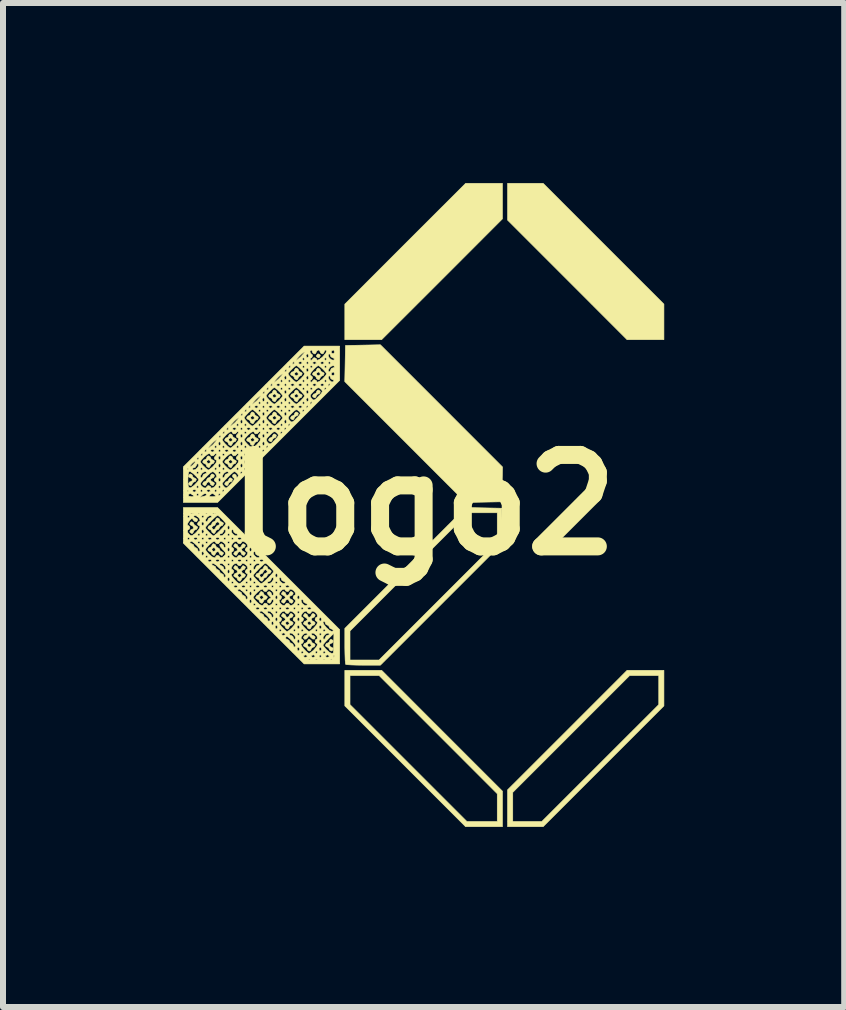
<source format=kicad_pcb>
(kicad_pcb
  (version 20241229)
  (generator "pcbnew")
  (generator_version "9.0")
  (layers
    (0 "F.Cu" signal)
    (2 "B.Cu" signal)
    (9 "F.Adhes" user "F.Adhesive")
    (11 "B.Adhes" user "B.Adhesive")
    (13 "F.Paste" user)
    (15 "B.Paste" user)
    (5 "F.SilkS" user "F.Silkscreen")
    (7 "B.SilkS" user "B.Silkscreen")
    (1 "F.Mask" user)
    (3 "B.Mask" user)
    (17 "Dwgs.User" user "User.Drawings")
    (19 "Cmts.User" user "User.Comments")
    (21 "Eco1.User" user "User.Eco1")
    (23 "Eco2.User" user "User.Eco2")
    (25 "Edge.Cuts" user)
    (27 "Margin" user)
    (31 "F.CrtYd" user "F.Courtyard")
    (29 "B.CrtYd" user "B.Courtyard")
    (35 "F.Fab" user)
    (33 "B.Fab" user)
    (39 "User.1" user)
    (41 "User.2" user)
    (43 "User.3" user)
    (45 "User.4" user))
  (footprint "logo2"
    (layer "F.Cu")
    (at 4.009 5.365)
    (property "Reference" "logo2" (at 0 0 0) (layer "F.SilkS") (effects (font (size 1.524 1.524) (thickness 0.3))))
    (attr through_hole)
    (fp_poly (pts (xy 2.998 -4.353) (xy 4.004 -3.347) (xy 4.004 -2.755) (xy 3.39 -2.755) (xy 1.399 -4.747) (xy 1.399 -5.36) (xy 1.991 -5.36) (xy 2.998 -4.353)) (stroke (width 0.01) (type solid)) (fill yes) (layer "F.SilkS"))
    (fp_poly (pts (xy -1.726 -2.501) (xy -1.722 -2.486) (xy -1.739 -2.458) (xy -1.754 -2.454) (xy -1.783 -2.471) (xy -1.787 -2.486) (xy -1.769 -2.515) (xy -1.754 -2.518) (xy -1.726 -2.501)) (stroke (width 0.01) (type solid)) (fill yes) (layer "F.SilkS"))
    (fp_poly (pts (xy 1.313 -4.768) (xy 0.307 -3.761) (xy -0.7 -2.755) (xy -1.313 -2.755) (xy -1.313 -3.347) (xy -0.307 -4.354) (xy 0.7 -5.36) (xy 1.313 -5.36) (xy 1.313 -4.768)) (stroke (width 0.01) (type solid)) (fill yes) (layer "F.SilkS"))
    (fp_poly (pts (xy 0.297 -1.652) (xy 1.314 -0.634) (xy 1.308 -0.344) (xy 1.302 -0.054) (xy 1.001 -0.048) (xy 0.7 -0.042) (xy -0.307 -1.05) (xy -1.314 -2.057) (xy -1.302 -2.658) (xy -1.012 -2.664) (xy -0.721 -2.67) (xy 0.297 -1.652)) (stroke (width 0.01) (type solid)) (fill yes) (layer "F.SilkS"))
    (fp_poly (pts (xy -3.19 -0.435) (xy -3.186 -0.42) (xy -3.203 -0.391) (xy -3.218 -0.387) (xy -3.247 -0.37) (xy -3.25 -0.355) (xy -3.268 -0.327) (xy -3.283 -0.323) (xy -3.311 -0.34) (xy -3.315 -0.355) (xy -3.298 -0.384) (xy -3.283 -0.387) (xy -3.254 -0.405) (xy -3.25 -0.42) (xy -3.233 -0.448) (xy -3.218 -0.452) (xy -3.19 -0.435)) (stroke (width 0.01) (type solid)) (fill yes) (layer "F.SilkS"))
    (fp_poly (pts (xy -2.824 -0.801) (xy -2.82 -0.786) (xy -2.837 -0.757) (xy -2.852 -0.753) (xy -2.881 -0.736) (xy -2.884 -0.721) (xy -2.902 -0.693) (xy -2.917 -0.689) (xy -2.945 -0.706) (xy -2.949 -0.721) (xy -2.932 -0.75) (xy -2.917 -0.753) (xy -2.888 -0.771) (xy -2.884 -0.786) (xy -2.867 -0.814) (xy -2.852 -0.818) (xy -2.824 -0.801)) (stroke (width 0.01) (type solid)) (fill yes) (layer "F.SilkS"))
    (fp_poly (pts (xy -2.458 -1.167) (xy -2.454 -1.152) (xy -2.471 -1.123) (xy -2.486 -1.119) (xy -2.515 -1.102) (xy -2.518 -1.087) (xy -2.536 -1.058) (xy -2.551 -1.055) (xy -2.579 -1.072) (xy -2.583 -1.087) (xy -2.566 -1.116) (xy -2.551 -1.119) (xy -2.522 -1.137) (xy -2.518 -1.152) (xy -2.501 -1.18) (xy -2.486 -1.184) (xy -2.458 -1.167)) (stroke (width 0.01) (type solid)) (fill yes) (layer "F.SilkS"))
    (fp_poly (pts (xy -2.092 -1.533) (xy -2.088 -1.518) (xy -2.105 -1.489) (xy -2.12 -1.485) (xy -2.149 -1.468) (xy -2.153 -1.453) (xy -2.17 -1.424) (xy -2.185 -1.421) (xy -2.213 -1.438) (xy -2.217 -1.453) (xy -2.2 -1.482) (xy -2.185 -1.485) (xy -2.156 -1.502) (xy -2.153 -1.518) (xy -2.135 -1.546) (xy -2.12 -1.55) (xy -2.092 -1.533)) (stroke (width 0.01) (type solid)) (fill yes) (layer "F.SilkS"))
    (fp_poly (pts (xy -1.726 -1.899) (xy -1.722 -1.883) (xy -1.739 -1.855) (xy -1.754 -1.851) (xy -1.783 -1.834) (xy -1.787 -1.819) (xy -1.804 -1.79) (xy -1.819 -1.787) (xy -1.847 -1.804) (xy -1.851 -1.819) (xy -1.834 -1.847) (xy -1.819 -1.851) (xy -1.79 -1.868) (xy -1.787 -1.883) (xy -1.769 -1.912) (xy -1.754 -1.916) (xy -1.726 -1.899)) (stroke (width 0.01) (type solid)) (fill yes) (layer "F.SilkS"))
    (fp_poly (pts (xy 0.307 3.762) (xy 1.313 4.768) (xy 1.313 5.36) (xy 0.699 5.36) (xy -1.313 3.347) (xy -1.313 2.841) (xy -1.227 2.841) (xy -1.227 3.326) (xy -0.253 4.3) (xy 0.721 5.274) (xy 1.227 5.274) (xy 1.227 4.811) (xy -0.742 2.841) (xy -1.227 2.841) (xy -1.313 2.841) (xy -1.313 2.755) (xy -0.699 2.755) (xy 0.307 3.762)) (stroke (width 0.01) (type solid)) (fill yes) (layer "F.SilkS"))
    (fp_poly (pts (xy 4.004 3.347) (xy 2.997 4.354) (xy 1.991 5.36) (xy 1.399 5.36) (xy 1.399 4.789) (xy 1.485 4.789) (xy 1.485 5.274) (xy 1.969 5.274) (xy 3.918 3.326) (xy 3.918 2.841) (xy 3.433 2.841) (xy 2.459 3.815) (xy 1.485 4.789) (xy 1.399 4.789) (xy 1.399 4.746) (xy 2.395 3.751) (xy 3.39 2.755) (xy 4.004 2.755) (xy 4.004 3.347)) (stroke (width 0.01) (type solid)) (fill yes) (layer "F.SilkS"))
    (fp_poly (pts (xy -3.857 -0.499) (xy -3.853 -0.484) (xy -3.836 -0.456) (xy -3.821 -0.452) (xy -3.792 -0.435) (xy -3.788 -0.42) (xy -3.806 -0.391) (xy -3.821 -0.387) (xy -3.849 -0.37) (xy -3.853 -0.355) (xy -3.87 -0.327) (xy -3.885 -0.323) (xy -3.914 -0.34) (xy -3.918 -0.355) (xy -3.9 -0.384) (xy -3.885 -0.387) (xy -3.857 -0.405) (xy -3.853 -0.42) (xy -3.87 -0.448) (xy -3.885 -0.452) (xy -3.914 -0.469) (xy -3.918 -0.484) (xy -3.9 -0.513) (xy -3.885 -0.517) (xy -3.857 -0.499)) (stroke (width 0.01) (type solid)) (fill yes) (layer "F.SilkS"))
    (fp_poly (pts (xy -3.835 0.297) (xy -3.832 0.312) (xy -3.814 0.341) (xy -3.799 0.344) (xy -3.771 0.362) (xy -3.767 0.377) (xy -3.784 0.405) (xy -3.799 0.409) (xy -3.828 0.426) (xy -3.832 0.441) (xy -3.849 0.47) (xy -3.864 0.474) (xy -3.892 0.456) (xy -3.896 0.441) (xy -3.879 0.413) (xy -3.864 0.409) (xy -3.835 0.392) (xy -3.832 0.377) (xy -3.849 0.348) (xy -3.864 0.344) (xy -3.892 0.327) (xy -3.896 0.312) (xy -3.879 0.284) (xy -3.864 0.28) (xy -3.835 0.297)) (stroke (width 0.01) (type solid)) (fill yes) (layer "F.SilkS"))
    (fp_poly (pts (xy -1.511 2.256) (xy -1.507 2.271) (xy -1.524 2.299) (xy -1.539 2.303) (xy -1.568 2.32) (xy -1.571 2.336) (xy -1.554 2.364) (xy -1.539 2.368) (xy -1.511 2.385) (xy -1.507 2.4) (xy -1.524 2.429) (xy -1.539 2.432) (xy -1.568 2.415) (xy -1.571 2.4) (xy -1.589 2.372) (xy -1.604 2.368) (xy -1.632 2.351) (xy -1.636 2.336) (xy -1.619 2.307) (xy -1.604 2.303) (xy -1.575 2.286) (xy -1.571 2.271) (xy -1.554 2.242) (xy -1.539 2.239) (xy -1.511 2.256)) (stroke (width 0.01) (type solid)) (fill yes) (layer "F.SilkS"))
    (fp_poly (pts (xy 1.002 0.048) (xy 1.302 0.054) (xy 1.308 0.344) (xy 1.314 0.634) (xy -0.721 2.669) (xy -1.003 2.669) (xy -1.109 2.668) (xy -1.199 2.665) (xy -1.264 2.661) (xy -1.297 2.656) (xy -1.299 2.655) (xy -1.304 2.629) (xy -1.308 2.569) (xy -1.311 2.482) (xy -1.313 2.377) (xy -1.313 2.348) (xy -1.313 2.099) (xy -1.227 2.099) (xy -1.227 2.583) (xy -0.743 2.583) (xy 0.242 1.598) (xy 1.227 0.613) (xy 1.227 0.129) (xy 0.743 0.129) (xy -1.227 2.099) (xy -1.313 2.099) (xy -1.313 2.056) (xy -0.306 1.049) (xy 0.701 0.042) (xy 1.002 0.048)) (stroke (width 0.01) (type solid)) (fill yes) (layer "F.SilkS"))
    (fp_poly (pts (xy -3.491 -0.499) (xy -3.487 -0.484) (xy -3.504 -0.456) (xy -3.519 -0.452) (xy -3.548 -0.435) (xy -3.552 -0.42) (xy -3.534 -0.391) (xy -3.519 -0.387) (xy -3.491 -0.37) (xy -3.487 -0.355) (xy -3.504 -0.327) (xy -3.519 -0.323) (xy -3.548 -0.34) (xy -3.552 -0.355) (xy -3.569 -0.384) (xy -3.584 -0.387) (xy -3.613 -0.37) (xy -3.616 -0.355) (xy -3.634 -0.327) (xy -3.649 -0.323) (xy -3.677 -0.34) (xy -3.681 -0.355) (xy -3.664 -0.384) (xy -3.649 -0.387) (xy -3.62 -0.405) (xy -3.616 -0.42) (xy -3.599 -0.448) (xy -3.584 -0.452) (xy -3.555 -0.469) (xy -3.552 -0.484) (xy -3.534 -0.513) (xy -3.519 -0.517) (xy -3.491 -0.499)) (stroke (width 0.01) (type solid)) (fill yes) (layer "F.SilkS"))
    (fp_poly (pts (xy -3.555 -0.801) (xy -3.552 -0.786) (xy -3.534 -0.757) (xy -3.519 -0.753) (xy -3.491 -0.736) (xy -3.487 -0.721) (xy -3.504 -0.693) (xy -3.519 -0.689) (xy -3.548 -0.672) (xy -3.552 -0.657) (xy -3.569 -0.628) (xy -3.584 -0.624) (xy -3.613 -0.641) (xy -3.616 -0.657) (xy -3.634 -0.685) (xy -3.649 -0.689) (xy -3.677 -0.706) (xy -3.681 -0.721) (xy -3.616 -0.721) (xy -3.599 -0.693) (xy -3.584 -0.689) (xy -3.555 -0.706) (xy -3.552 -0.721) (xy -3.569 -0.75) (xy -3.584 -0.753) (xy -3.613 -0.736) (xy -3.616 -0.721) (xy -3.681 -0.721) (xy -3.664 -0.75) (xy -3.649 -0.753) (xy -3.62 -0.771) (xy -3.616 -0.786) (xy -3.599 -0.814) (xy -3.584 -0.818) (xy -3.555 -0.801)) (stroke (width 0.01) (type solid)) (fill yes) (layer "F.SilkS"))
    (fp_poly (pts (xy -3.19 -1.167) (xy -3.186 -1.152) (xy -3.169 -1.123) (xy -3.153 -1.119) (xy -3.125 -1.102) (xy -3.121 -1.087) (xy -3.138 -1.058) (xy -3.153 -1.055) (xy -3.182 -1.038) (xy -3.186 -1.022) (xy -3.203 -0.994) (xy -3.218 -0.99) (xy -3.247 -1.007) (xy -3.25 -1.022) (xy -3.268 -1.051) (xy -3.283 -1.055) (xy -3.311 -1.072) (xy -3.315 -1.087) (xy -3.25 -1.087) (xy -3.233 -1.058) (xy -3.218 -1.055) (xy -3.19 -1.072) (xy -3.186 -1.087) (xy -3.203 -1.116) (xy -3.218 -1.119) (xy -3.247 -1.102) (xy -3.25 -1.087) (xy -3.315 -1.087) (xy -3.298 -1.116) (xy -3.283 -1.119) (xy -3.254 -1.137) (xy -3.25 -1.152) (xy -3.233 -1.18) (xy -3.218 -1.184) (xy -3.19 -1.167)) (stroke (width 0.01) (type solid)) (fill yes) (layer "F.SilkS"))
    (fp_poly (pts (xy -3.19 -0.801) (xy -3.186 -0.786) (xy -3.169 -0.757) (xy -3.153 -0.753) (xy -3.125 -0.736) (xy -3.121 -0.721) (xy -3.138 -0.693) (xy -3.153 -0.689) (xy -3.182 -0.672) (xy -3.186 -0.657) (xy -3.203 -0.628) (xy -3.218 -0.624) (xy -3.247 -0.641) (xy -3.25 -0.657) (xy -3.268 -0.685) (xy -3.283 -0.689) (xy -3.311 -0.706) (xy -3.315 -0.721) (xy -3.25 -0.721) (xy -3.233 -0.693) (xy -3.218 -0.689) (xy -3.19 -0.706) (xy -3.186 -0.721) (xy -3.203 -0.75) (xy -3.218 -0.753) (xy -3.247 -0.736) (xy -3.25 -0.721) (xy -3.315 -0.721) (xy -3.298 -0.75) (xy -3.283 -0.753) (xy -3.254 -0.771) (xy -3.25 -0.786) (xy -3.233 -0.814) (xy -3.218 -0.818) (xy -3.19 -0.801)) (stroke (width 0.01) (type solid)) (fill yes) (layer "F.SilkS"))
    (fp_poly (pts (xy -2.824 -1.533) (xy -2.82 -1.518) (xy -2.803 -1.489) (xy -2.788 -1.485) (xy -2.759 -1.468) (xy -2.755 -1.453) (xy -2.772 -1.424) (xy -2.788 -1.421) (xy -2.816 -1.403) (xy -2.82 -1.388) (xy -2.837 -1.36) (xy -2.852 -1.356) (xy -2.881 -1.373) (xy -2.884 -1.388) (xy -2.902 -1.417) (xy -2.917 -1.421) (xy -2.945 -1.438) (xy -2.949 -1.453) (xy -2.884 -1.453) (xy -2.867 -1.424) (xy -2.852 -1.421) (xy -2.824 -1.438) (xy -2.82 -1.453) (xy -2.837 -1.482) (xy -2.852 -1.485) (xy -2.881 -1.468) (xy -2.884 -1.453) (xy -2.949 -1.453) (xy -2.932 -1.482) (xy -2.917 -1.485) (xy -2.888 -1.502) (xy -2.884 -1.518) (xy -2.867 -1.546) (xy -2.852 -1.55) (xy -2.824 -1.533)) (stroke (width 0.01) (type solid)) (fill yes) (layer "F.SilkS"))
    (fp_poly (pts (xy -2.824 -1.167) (xy -2.82 -1.152) (xy -2.803 -1.123) (xy -2.788 -1.119) (xy -2.759 -1.102) (xy -2.755 -1.087) (xy -2.772 -1.058) (xy -2.788 -1.055) (xy -2.816 -1.038) (xy -2.82 -1.022) (xy -2.837 -0.994) (xy -2.852 -0.99) (xy -2.881 -1.007) (xy -2.884 -1.022) (xy -2.902 -1.051) (xy -2.917 -1.055) (xy -2.945 -1.072) (xy -2.949 -1.087) (xy -2.884 -1.087) (xy -2.867 -1.058) (xy -2.852 -1.055) (xy -2.824 -1.072) (xy -2.82 -1.087) (xy -2.837 -1.116) (xy -2.852 -1.119) (xy -2.881 -1.102) (xy -2.884 -1.087) (xy -2.949 -1.087) (xy -2.932 -1.116) (xy -2.917 -1.119) (xy -2.888 -1.137) (xy -2.884 -1.152) (xy -2.867 -1.18) (xy -2.852 -1.184) (xy -2.824 -1.167)) (stroke (width 0.01) (type solid)) (fill yes) (layer "F.SilkS"))
    (fp_poly (pts (xy -2.673 1.459) (xy -2.669 1.474) (xy -2.652 1.503) (xy -2.637 1.507) (xy -2.608 1.524) (xy -2.605 1.539) (xy -2.622 1.568) (xy -2.637 1.571) (xy -2.665 1.589) (xy -2.669 1.604) (xy -2.686 1.632) (xy -2.701 1.636) (xy -2.73 1.619) (xy -2.734 1.604) (xy -2.751 1.575) (xy -2.766 1.571) (xy -2.795 1.554) (xy -2.798 1.539) (xy -2.734 1.539) (xy -2.716 1.568) (xy -2.701 1.571) (xy -2.673 1.554) (xy -2.669 1.539) (xy -2.686 1.511) (xy -2.701 1.507) (xy -2.73 1.524) (xy -2.734 1.539) (xy -2.798 1.539) (xy -2.781 1.511) (xy -2.766 1.507) (xy -2.737 1.49) (xy -2.734 1.474) (xy -2.716 1.446) (xy -2.701 1.442) (xy -2.673 1.459)) (stroke (width 0.01) (type solid)) (fill yes) (layer "F.SilkS"))
    (fp_poly (pts (xy -2.458 -1.899) (xy -2.454 -1.883) (xy -2.437 -1.855) (xy -2.422 -1.851) (xy -2.393 -1.834) (xy -2.389 -1.819) (xy -2.407 -1.79) (xy -2.422 -1.787) (xy -2.45 -1.769) (xy -2.454 -1.754) (xy -2.471 -1.726) (xy -2.486 -1.722) (xy -2.515 -1.739) (xy -2.518 -1.754) (xy -2.536 -1.783) (xy -2.551 -1.787) (xy -2.579 -1.804) (xy -2.583 -1.819) (xy -2.518 -1.819) (xy -2.501 -1.79) (xy -2.486 -1.787) (xy -2.458 -1.804) (xy -2.454 -1.819) (xy -2.471 -1.847) (xy -2.486 -1.851) (xy -2.515 -1.834) (xy -2.518 -1.819) (xy -2.583 -1.819) (xy -2.566 -1.847) (xy -2.551 -1.851) (xy -2.522 -1.868) (xy -2.518 -1.883) (xy -2.501 -1.912) (xy -2.486 -1.916) (xy -2.458 -1.899)) (stroke (width 0.01) (type solid)) (fill yes) (layer "F.SilkS"))
    (fp_poly (pts (xy -2.458 -1.533) (xy -2.454 -1.518) (xy -2.437 -1.489) (xy -2.422 -1.485) (xy -2.393 -1.468) (xy -2.389 -1.453) (xy -2.407 -1.424) (xy -2.422 -1.421) (xy -2.45 -1.403) (xy -2.454 -1.388) (xy -2.471 -1.36) (xy -2.486 -1.356) (xy -2.515 -1.373) (xy -2.518 -1.388) (xy -2.536 -1.417) (xy -2.551 -1.421) (xy -2.579 -1.438) (xy -2.583 -1.453) (xy -2.518 -1.453) (xy -2.501 -1.424) (xy -2.486 -1.421) (xy -2.458 -1.438) (xy -2.454 -1.453) (xy -2.471 -1.482) (xy -2.486 -1.485) (xy -2.515 -1.468) (xy -2.518 -1.453) (xy -2.583 -1.453) (xy -2.566 -1.482) (xy -2.551 -1.485) (xy -2.522 -1.502) (xy -2.518 -1.518) (xy -2.501 -1.546) (xy -2.486 -1.55) (xy -2.458 -1.533)) (stroke (width 0.01) (type solid)) (fill yes) (layer "F.SilkS"))
    (fp_poly (pts (xy -2.092 -2.264) (xy -2.088 -2.249) (xy -2.071 -2.221) (xy -2.056 -2.217) (xy -2.027 -2.2) (xy -2.023 -2.185) (xy -2.041 -2.156) (xy -2.056 -2.153) (xy -2.084 -2.135) (xy -2.088 -2.12) (xy -2.105 -2.092) (xy -2.12 -2.088) (xy -2.149 -2.105) (xy -2.153 -2.12) (xy -2.17 -2.149) (xy -2.185 -2.153) (xy -2.213 -2.17) (xy -2.217 -2.185) (xy -2.153 -2.185) (xy -2.135 -2.156) (xy -2.12 -2.153) (xy -2.092 -2.17) (xy -2.088 -2.185) (xy -2.105 -2.213) (xy -2.12 -2.217) (xy -2.149 -2.2) (xy -2.153 -2.185) (xy -2.217 -2.185) (xy -2.2 -2.213) (xy -2.185 -2.217) (xy -2.156 -2.234) (xy -2.153 -2.249) (xy -2.135 -2.278) (xy -2.12 -2.282) (xy -2.092 -2.264)) (stroke (width 0.01) (type solid)) (fill yes) (layer "F.SilkS"))
    (fp_poly (pts (xy -2.092 -1.899) (xy -2.088 -1.883) (xy -2.071 -1.855) (xy -2.056 -1.851) (xy -2.027 -1.834) (xy -2.023 -1.819) (xy -2.041 -1.79) (xy -2.056 -1.787) (xy -2.084 -1.769) (xy -2.088 -1.754) (xy -2.105 -1.726) (xy -2.12 -1.722) (xy -2.149 -1.739) (xy -2.153 -1.754) (xy -2.17 -1.783) (xy -2.185 -1.787) (xy -2.213 -1.804) (xy -2.217 -1.819) (xy -2.153 -1.819) (xy -2.135 -1.79) (xy -2.12 -1.787) (xy -2.092 -1.804) (xy -2.088 -1.819) (xy -2.105 -1.847) (xy -2.12 -1.851) (xy -2.149 -1.834) (xy -2.153 -1.819) (xy -2.217 -1.819) (xy -2.2 -1.847) (xy -2.185 -1.851) (xy -2.156 -1.868) (xy -2.153 -1.883) (xy -2.135 -1.912) (xy -2.12 -1.916) (xy -2.092 -1.899)) (stroke (width 0.01) (type solid)) (fill yes) (layer "F.SilkS"))
    (fp_poly (pts (xy -1.876 2.256) (xy -1.873 2.271) (xy -1.855 2.299) (xy -1.84 2.303) (xy -1.812 2.32) (xy -1.808 2.336) (xy -1.825 2.364) (xy -1.84 2.368) (xy -1.869 2.385) (xy -1.873 2.4) (xy -1.89 2.429) (xy -1.905 2.432) (xy -1.934 2.415) (xy -1.937 2.4) (xy -1.955 2.372) (xy -1.97 2.368) (xy -1.998 2.351) (xy -2.002 2.336) (xy -1.937 2.336) (xy -1.92 2.364) (xy -1.905 2.368) (xy -1.876 2.351) (xy -1.873 2.336) (xy -1.89 2.307) (xy -1.905 2.303) (xy -1.934 2.32) (xy -1.937 2.336) (xy -2.002 2.336) (xy -1.985 2.307) (xy -1.97 2.303) (xy -1.941 2.286) (xy -1.937 2.271) (xy -1.92 2.242) (xy -1.905 2.239) (xy -1.876 2.256)) (stroke (width 0.01) (type solid)) (fill yes) (layer "F.SilkS"))
    (fp_poly (pts (xy -1.726 -2.264) (xy -1.722 -2.249) (xy -1.705 -2.221) (xy -1.69 -2.217) (xy -1.661 -2.2) (xy -1.657 -2.185) (xy -1.675 -2.156) (xy -1.69 -2.153) (xy -1.718 -2.135) (xy -1.722 -2.12) (xy -1.739 -2.092) (xy -1.754 -2.088) (xy -1.783 -2.105) (xy -1.787 -2.12) (xy -1.804 -2.149) (xy -1.819 -2.153) (xy -1.847 -2.17) (xy -1.851 -2.185) (xy -1.787 -2.185) (xy -1.769 -2.156) (xy -1.754 -2.153) (xy -1.726 -2.17) (xy -1.722 -2.185) (xy -1.739 -2.213) (xy -1.754 -2.217) (xy -1.783 -2.2) (xy -1.787 -2.185) (xy -1.851 -2.185) (xy -1.834 -2.213) (xy -1.819 -2.217) (xy -1.79 -2.234) (xy -1.787 -2.249) (xy -1.769 -2.278) (xy -1.754 -2.282) (xy -1.726 -2.264)) (stroke (width 0.01) (type solid)) (fill yes) (layer "F.SilkS"))
    (fp_poly (pts (xy -2.974 0.663) (xy -2.971 0.678) (xy -2.988 0.707) (xy -3.003 0.71) (xy -3.031 0.728) (xy -3.035 0.743) (xy -3.018 0.771) (xy -3.003 0.775) (xy -2.974 0.792) (xy -2.971 0.807) (xy -2.988 0.836) (xy -3.003 0.839) (xy -3.031 0.822) (xy -3.035 0.807) (xy -3.052 0.779) (xy -3.067 0.775) (xy -3.096 0.792) (xy -3.1 0.807) (xy -3.117 0.836) (xy -3.132 0.839) (xy -3.16 0.822) (xy -3.164 0.807) (xy -3.147 0.779) (xy -3.132 0.775) (xy -3.103 0.758) (xy -3.1 0.743) (xy -3.117 0.714) (xy -3.132 0.71) (xy -3.16 0.693) (xy -3.164 0.678) (xy -3.147 0.65) (xy -3.132 0.646) (xy -3.103 0.663) (xy -3.1 0.678) (xy -3.082 0.707) (xy -3.067 0.71) (xy -3.039 0.693) (xy -3.035 0.678) (xy -3.018 0.65) (xy -3.003 0.646) (xy -2.974 0.663)) (stroke (width 0.01) (type solid)) (fill yes) (layer "F.SilkS"))
    (fp_poly (pts (xy -2.178 1.459) (xy -2.174 1.474) (xy -2.191 1.503) (xy -2.206 1.507) (xy -2.235 1.524) (xy -2.239 1.539) (xy -2.221 1.568) (xy -2.206 1.571) (xy -2.178 1.589) (xy -2.174 1.604) (xy -2.191 1.632) (xy -2.206 1.636) (xy -2.235 1.619) (xy -2.239 1.604) (xy -2.256 1.575) (xy -2.271 1.571) (xy -2.299 1.589) (xy -2.303 1.604) (xy -2.32 1.632) (xy -2.336 1.636) (xy -2.364 1.619) (xy -2.368 1.604) (xy -2.351 1.575) (xy -2.336 1.571) (xy -2.307 1.554) (xy -2.303 1.539) (xy -2.32 1.511) (xy -2.336 1.507) (xy -2.364 1.49) (xy -2.368 1.474) (xy -2.351 1.446) (xy -2.336 1.442) (xy -2.307 1.459) (xy -2.303 1.474) (xy -2.286 1.503) (xy -2.271 1.507) (xy -2.242 1.49) (xy -2.239 1.474) (xy -2.221 1.446) (xy -2.206 1.442) (xy -2.178 1.459)) (stroke (width 0.01) (type solid)) (fill yes) (layer "F.SilkS"))
    (fp_poly (pts (xy -3.469 0.663) (xy -3.466 0.678) (xy -3.448 0.707) (xy -3.433 0.71) (xy -3.405 0.728) (xy -3.401 0.743) (xy -3.384 0.771) (xy -3.369 0.775) (xy -3.34 0.792) (xy -3.336 0.807) (xy -3.354 0.836) (xy -3.369 0.839) (xy -3.397 0.822) (xy -3.401 0.807) (xy -3.418 0.779) (xy -3.433 0.775) (xy -3.462 0.792) (xy -3.466 0.807) (xy -3.483 0.836) (xy -3.498 0.839) (xy -3.526 0.822) (xy -3.53 0.807) (xy -3.547 0.779) (xy -3.562 0.775) (xy -3.591 0.758) (xy -3.595 0.743) (xy -3.53 0.743) (xy -3.513 0.771) (xy -3.498 0.775) (xy -3.469 0.758) (xy -3.466 0.743) (xy -3.483 0.714) (xy -3.498 0.71) (xy -3.526 0.728) (xy -3.53 0.743) (xy -3.595 0.743) (xy -3.578 0.714) (xy -3.562 0.71) (xy -3.534 0.693) (xy -3.53 0.678) (xy -3.513 0.65) (xy -3.498 0.646) (xy -3.469 0.663)) (stroke (width 0.01) (type solid)) (fill yes) (layer "F.SilkS"))
    (fp_poly (pts (xy -3.405 0.232) (xy -3.401 0.248) (xy -3.384 0.276) (xy -3.369 0.28) (xy -3.34 0.297) (xy -3.336 0.312) (xy -3.354 0.341) (xy -3.369 0.344) (xy -3.397 0.362) (xy -3.401 0.377) (xy -3.418 0.405) (xy -3.433 0.409) (xy -3.462 0.426) (xy -3.466 0.441) (xy -3.483 0.47) (xy -3.498 0.474) (xy -3.526 0.456) (xy -3.53 0.441) (xy -3.547 0.413) (xy -3.562 0.409) (xy -3.591 0.392) (xy -3.595 0.377) (xy -3.53 0.377) (xy -3.513 0.405) (xy -3.498 0.409) (xy -3.469 0.392) (xy -3.466 0.377) (xy -3.448 0.348) (xy -3.433 0.344) (xy -3.405 0.327) (xy -3.401 0.312) (xy -3.418 0.284) (xy -3.433 0.28) (xy -3.462 0.297) (xy -3.466 0.312) (xy -3.483 0.341) (xy -3.498 0.344) (xy -3.526 0.362) (xy -3.53 0.377) (xy -3.595 0.377) (xy -3.578 0.348) (xy -3.562 0.344) (xy -3.534 0.327) (xy -3.53 0.312) (xy -3.513 0.284) (xy -3.498 0.28) (xy -3.469 0.263) (xy -3.466 0.248) (xy -3.448 0.219) (xy -3.433 0.215) (xy -3.405 0.232)) (stroke (width 0.01) (type solid)) (fill yes) (layer "F.SilkS"))
    (fp_poly (pts (xy -2.974 1.029) (xy -2.971 1.044) (xy -2.988 1.073) (xy -3.003 1.076) (xy -3.031 1.094) (xy -3.035 1.109) (xy -3.018 1.137) (xy -3.003 1.141) (xy -2.974 1.158) (xy -2.971 1.173) (xy -2.988 1.202) (xy -3.003 1.205) (xy -3.031 1.223) (xy -3.035 1.238) (xy -3.052 1.266) (xy -3.067 1.27) (xy -3.096 1.253) (xy -3.1 1.238) (xy -3.117 1.209) (xy -3.132 1.205) (xy -3.16 1.188) (xy -3.164 1.173) (xy -3.1 1.173) (xy -3.082 1.202) (xy -3.067 1.205) (xy -3.039 1.188) (xy -3.035 1.173) (xy -3.052 1.145) (xy -3.067 1.141) (xy -3.096 1.158) (xy -3.1 1.173) (xy -3.164 1.173) (xy -3.147 1.145) (xy -3.132 1.141) (xy -3.103 1.124) (xy -3.1 1.109) (xy -3.117 1.08) (xy -3.132 1.076) (xy -3.16 1.059) (xy -3.164 1.044) (xy -3.147 1.015) (xy -3.132 1.012) (xy -3.103 1.029) (xy -3.1 1.044) (xy -3.082 1.073) (xy -3.067 1.076) (xy -3.039 1.059) (xy -3.035 1.044) (xy -3.018 1.015) (xy -3.003 1.012) (xy -2.974 1.029)) (stroke (width 0.01) (type solid)) (fill yes) (layer "F.SilkS"))
    (fp_poly (pts (xy -2.608 1.029) (xy -2.605 1.044) (xy -2.587 1.073) (xy -2.572 1.076) (xy -2.544 1.094) (xy -2.54 1.109) (xy -2.557 1.137) (xy -2.572 1.141) (xy -2.601 1.158) (xy -2.605 1.173) (xy -2.622 1.202) (xy -2.637 1.205) (xy -2.665 1.223) (xy -2.669 1.238) (xy -2.686 1.266) (xy -2.701 1.27) (xy -2.73 1.253) (xy -2.734 1.238) (xy -2.751 1.209) (xy -2.766 1.205) (xy -2.795 1.188) (xy -2.798 1.173) (xy -2.734 1.173) (xy -2.716 1.202) (xy -2.701 1.205) (xy -2.673 1.188) (xy -2.669 1.173) (xy -2.652 1.145) (xy -2.637 1.141) (xy -2.608 1.124) (xy -2.605 1.109) (xy -2.622 1.08) (xy -2.637 1.076) (xy -2.665 1.094) (xy -2.669 1.109) (xy -2.686 1.137) (xy -2.701 1.141) (xy -2.73 1.158) (xy -2.734 1.173) (xy -2.798 1.173) (xy -2.781 1.145) (xy -2.766 1.141) (xy -2.737 1.124) (xy -2.734 1.109) (xy -2.716 1.08) (xy -2.701 1.076) (xy -2.673 1.059) (xy -2.669 1.044) (xy -2.652 1.015) (xy -2.637 1.012) (xy -2.608 1.029)) (stroke (width 0.01) (type solid)) (fill yes) (layer "F.SilkS"))
    (fp_poly (pts (xy -2.178 1.825) (xy -2.174 1.84) (xy -2.191 1.869) (xy -2.206 1.873) (xy -2.235 1.89) (xy -2.239 1.905) (xy -2.221 1.934) (xy -2.206 1.937) (xy -2.178 1.955) (xy -2.174 1.97) (xy -2.191 1.998) (xy -2.206 2.002) (xy -2.235 2.019) (xy -2.239 2.034) (xy -2.256 2.063) (xy -2.271 2.066) (xy -2.299 2.049) (xy -2.303 2.034) (xy -2.32 2.006) (xy -2.336 2.002) (xy -2.364 1.985) (xy -2.368 1.97) (xy -2.303 1.97) (xy -2.286 1.998) (xy -2.271 2.002) (xy -2.242 1.985) (xy -2.239 1.97) (xy -2.256 1.941) (xy -2.271 1.937) (xy -2.299 1.955) (xy -2.303 1.97) (xy -2.368 1.97) (xy -2.351 1.941) (xy -2.336 1.937) (xy -2.307 1.92) (xy -2.303 1.905) (xy -2.32 1.876) (xy -2.336 1.873) (xy -2.364 1.855) (xy -2.368 1.84) (xy -2.351 1.812) (xy -2.336 1.808) (xy -2.307 1.825) (xy -2.303 1.84) (xy -2.286 1.869) (xy -2.271 1.873) (xy -2.242 1.855) (xy -2.239 1.84) (xy -2.221 1.812) (xy -2.206 1.808) (xy -2.178 1.825)) (stroke (width 0.01) (type solid)) (fill yes) (layer "F.SilkS"))
    (fp_poly (pts (xy -1.812 1.825) (xy -1.808 1.84) (xy -1.825 1.869) (xy -1.84 1.873) (xy -1.869 1.89) (xy -1.873 1.905) (xy -1.855 1.934) (xy -1.84 1.937) (xy -1.812 1.955) (xy -1.808 1.97) (xy -1.825 1.998) (xy -1.84 2.002) (xy -1.869 2.019) (xy -1.873 2.034) (xy -1.89 2.063) (xy -1.905 2.066) (xy -1.934 2.049) (xy -1.937 2.034) (xy -1.955 2.006) (xy -1.97 2.002) (xy -1.998 1.985) (xy -2.002 1.97) (xy -1.937 1.97) (xy -1.92 1.998) (xy -1.905 2.002) (xy -1.876 1.985) (xy -1.873 1.97) (xy -1.89 1.941) (xy -1.905 1.937) (xy -1.934 1.955) (xy -1.937 1.97) (xy -2.002 1.97) (xy -1.985 1.941) (xy -1.97 1.937) (xy -1.941 1.92) (xy -1.937 1.905) (xy -1.955 1.876) (xy -1.97 1.873) (xy -1.998 1.855) (xy -2.002 1.84) (xy -1.985 1.812) (xy -1.97 1.808) (xy -1.941 1.825) (xy -1.937 1.84) (xy -1.92 1.869) (xy -1.905 1.873) (xy -1.876 1.855) (xy -1.873 1.84) (xy -1.855 1.812) (xy -1.84 1.808) (xy -1.812 1.825)) (stroke (width 0.01) (type solid)) (fill yes) (layer "F.SilkS"))
    (fp_poly (pts (xy -2.416 1.06) (xy -1.399 2.077) (xy -1.399 2.648) (xy -1.991 2.648) (xy -2.061 2.578) (xy -1.928 2.578) (xy -1.907 2.581) (xy -1.879 2.577) (xy -1.879 2.57) (xy -1.886 2.569) (xy -1.801 2.569) (xy -1.798 2.581) (xy -1.787 2.583) (xy -1.769 2.575) (xy -1.772 2.569) (xy -1.672 2.569) (xy -1.669 2.581) (xy -1.657 2.583) (xy -1.646 2.578) (xy -1.562 2.578) (xy -1.541 2.581) (xy -1.513 2.577) (xy -1.513 2.57) (xy -1.541 2.565) (xy -1.554 2.568) (xy -1.562 2.578) (xy -1.646 2.578) (xy -1.64 2.575) (xy -1.643 2.569) (xy -1.669 2.566) (xy -1.672 2.569) (xy -1.772 2.569) (xy -1.798 2.566) (xy -1.801 2.569) (xy -1.886 2.569) (xy -1.907 2.565) (xy -1.92 2.568) (xy -1.928 2.578) (xy -2.061 2.578) (xy -2.12 2.518) (xy -2.002 2.518) (xy -1.984 2.538) (xy -1.97 2.54) (xy -1.941 2.528) (xy -1.937 2.518) (xy -1.873 2.518) (xy -1.855 2.538) (xy -1.84 2.54) (xy -1.812 2.528) (xy -1.808 2.518) (xy -1.744 2.518) (xy -1.727 2.539) (xy -1.722 2.54) (xy -1.701 2.524) (xy -1.701 2.518) (xy -1.636 2.518) (xy -1.618 2.538) (xy -1.604 2.54) (xy -1.575 2.528) (xy -1.571 2.518) (xy -1.507 2.518) (xy -1.499 2.536) (xy -1.492 2.533) (xy -1.49 2.507) (xy -1.492 2.504) (xy -1.505 2.507) (xy -1.507 2.518) (xy -1.571 2.518) (xy -1.589 2.499) (xy -1.604 2.497) (xy -1.632 2.509) (xy -1.636 2.518) (xy -1.701 2.518) (xy -1.717 2.498) (xy -1.722 2.497) (xy -1.743 2.513) (xy -1.744 2.518) (xy -1.808 2.518) (xy -1.826 2.499) (xy -1.84 2.497) (xy -1.869 2.509) (xy -1.873 2.518) (xy -1.937 2.518) (xy -1.955 2.499) (xy -1.97 2.497) (xy -1.998 2.509) (xy -2.002 2.518) (xy -2.12 2.518) (xy -2.185 2.454) (xy -2.045 2.454) (xy -2.029 2.475) (xy -2.023 2.475) (xy -2.002 2.459) (xy -2.002 2.454) (xy -2.018 2.433) (xy -2.023 2.432) (xy -2.044 2.449) (xy -2.045 2.454) (xy -2.185 2.454) (xy -2.239 2.4) (xy -2.109 2.4) (xy -2.098 2.429) (xy -2.088 2.432) (xy -2.069 2.415) (xy -2.066 2.4) (xy -2.078 2.371) (xy -2.088 2.368) (xy -2.107 2.385) (xy -2.109 2.4) (xy -2.239 2.4) (xy -2.419 2.22) (xy -2.303 2.22) (xy -2.28 2.238) (xy -2.271 2.239) (xy -2.242 2.256) (xy -2.239 2.271) (xy -2.221 2.299) (xy -2.206 2.303) (xy -2.178 2.32) (xy -2.174 2.336) (xy -2.162 2.364) (xy -2.153 2.368) (xy -2.132 2.351) (xy -2.131 2.345) (xy -2.14 2.326) (xy -2.045 2.326) (xy -2.031 2.355) (xy -1.997 2.399) (xy -1.956 2.441) (xy -1.92 2.47) (xy -1.909 2.474) (xy -1.884 2.461) (xy -1.875 2.454) (xy -1.808 2.454) (xy -1.792 2.475) (xy -1.787 2.475) (xy -1.766 2.459) (xy -1.765 2.454) (xy -1.679 2.454) (xy -1.663 2.475) (xy -1.657 2.475) (xy -1.637 2.459) (xy -1.636 2.454) (xy -1.652 2.433) (xy -1.657 2.432) (xy -1.678 2.449) (xy -1.679 2.454) (xy -1.765 2.454) (xy -1.781 2.433) (xy -1.787 2.432) (xy -1.808 2.449) (xy -1.808 2.454) (xy -1.875 2.454) (xy -1.843 2.427) (xy -1.828 2.413) (xy -1.817 2.4) (xy -1.744 2.4) (xy -1.732 2.429) (xy -1.722 2.432) (xy -1.703 2.415) (xy -1.701 2.4) (xy -1.712 2.371) (xy -1.722 2.368) (xy -1.741 2.385) (xy -1.744 2.4) (xy -1.817 2.4) (xy -1.782 2.359) (xy -1.772 2.335) (xy -1.679 2.335) (xy -1.665 2.358) (xy -1.632 2.398) (xy -1.62 2.411) (xy -1.569 2.456) (xy -1.528 2.475) (xy -1.505 2.465) (xy -1.504 2.459) (xy -1.502 2.431) (xy -1.5 2.372) (xy -1.498 2.295) (xy -1.498 2.29) (xy -1.495 2.137) (xy -1.587 2.229) (xy -1.636 2.28) (xy -1.669 2.319) (xy -1.679 2.335) (xy -1.772 2.335) (xy -1.766 2.321) (xy -1.78 2.304) (xy -1.787 2.303) (xy -1.806 2.286) (xy -1.808 2.271) (xy -1.744 2.271) (xy -1.732 2.3) (xy -1.722 2.303) (xy -1.703 2.286) (xy -1.701 2.271) (xy -1.712 2.242) (xy -1.722 2.239) (xy -1.741 2.256) (xy -1.744 2.271) (xy -1.808 2.271) (xy -1.797 2.242) (xy -1.787 2.239) (xy -1.774 2.23) (xy -1.675 2.23) (xy -1.657 2.239) (xy -1.638 2.221) (xy -1.636 2.206) (xy -1.619 2.178) (xy -1.604 2.174) (xy -1.575 2.162) (xy -1.571 2.153) (xy -1.585 2.133) (xy -1.618 2.139) (xy -1.648 2.162) (xy -1.675 2.2) (xy -1.675 2.23) (xy -1.774 2.23) (xy -1.767 2.225) (xy -1.773 2.192) (xy -1.796 2.162) (xy -1.809 2.153) (xy -1.744 2.153) (xy -1.727 2.173) (xy -1.722 2.174) (xy -1.701 2.158) (xy -1.701 2.153) (xy -1.717 2.132) (xy -1.722 2.131) (xy -1.743 2.147) (xy -1.744 2.153) (xy -1.809 2.153) (xy -1.834 2.135) (xy -1.864 2.135) (xy -1.873 2.153) (xy -1.855 2.172) (xy -1.84 2.174) (xy -1.812 2.191) (xy -1.808 2.206) (xy -1.821 2.235) (xy -1.851 2.232) (xy -1.885 2.201) (xy -1.908 2.175) (xy -1.921 2.185) (xy -1.927 2.201) (xy -1.952 2.231) (xy -1.982 2.237) (xy -2.001 2.215) (xy -2.002 2.206) (xy -1.985 2.178) (xy -1.97 2.174) (xy -1.941 2.162) (xy -1.937 2.153) (xy -1.951 2.133) (xy -1.984 2.139) (xy -2.014 2.162) (xy -2.04 2.2) (xy -2.041 2.23) (xy -2.023 2.239) (xy -2.004 2.256) (xy -2.002 2.271) (xy -2.013 2.3) (xy -2.023 2.303) (xy -2.044 2.32) (xy -2.045 2.326) (xy -2.14 2.326) (xy -2.144 2.317) (xy -2.177 2.276) (xy -2.182 2.271) (xy -2.109 2.271) (xy -2.098 2.3) (xy -2.088 2.303) (xy -2.069 2.286) (xy -2.066 2.271) (xy -2.078 2.242) (xy -2.088 2.239) (xy -2.107 2.256) (xy -2.109 2.271) (xy -2.182 2.271) (xy -2.219 2.234) (xy -2.259 2.2) (xy -2.285 2.187) (xy -2.289 2.189) (xy -2.303 2.22) (xy -2.419 2.22) (xy -2.486 2.153) (xy -2.368 2.153) (xy -2.35 2.172) (xy -2.336 2.174) (xy -2.307 2.162) (xy -2.303 2.153) (xy -2.239 2.153) (xy -2.221 2.172) (xy -2.206 2.174) (xy -2.178 2.191) (xy -2.174 2.206) (xy -2.162 2.235) (xy -2.153 2.239) (xy -2.132 2.222) (xy -2.131 2.216) (xy -2.147 2.179) (xy -2.175 2.153) (xy -2.109 2.153) (xy -2.093 2.173) (xy -2.088 2.174) (xy -2.067 2.158) (xy -2.066 2.153) (xy -2.083 2.132) (xy -2.088 2.131) (xy -2.109 2.147) (xy -2.109 2.153) (xy -2.175 2.153) (xy -2.183 2.144) (xy -2.216 2.131) (xy -2.238 2.146) (xy -2.239 2.153) (xy -2.303 2.153) (xy -2.321 2.133) (xy -2.336 2.131) (xy -2.364 2.143) (xy -2.368 2.153) (xy -2.486 2.153) (xy -2.551 2.088) (xy -2.411 2.088) (xy -2.394 2.109) (xy -2.389 2.109) (xy -2.368 2.093) (xy -2.368 2.088) (xy -2.384 2.067) (xy -2.389 2.066) (xy -2.41 2.083) (xy -2.411 2.088) (xy -2.551 2.088) (xy -2.605 2.034) (xy -2.475 2.034) (xy -2.464 2.063) (xy -2.454 2.066) (xy -2.435 2.049) (xy -2.432 2.034) (xy -2.444 2.006) (xy -2.454 2.002) (xy -2.473 2.019) (xy -2.475 2.034) (xy -2.605 2.034) (xy -2.669 1.97) (xy -2.54 1.97) (xy -2.528 1.998) (xy -2.518 2.002) (xy -2.499 1.984) (xy -2.497 1.97) (xy -2.501 1.96) (xy -2.411 1.96) (xy -2.397 1.99) (xy -2.363 2.033) (xy -2.322 2.075) (xy -2.286 2.104) (xy -2.275 2.108) (xy -2.25 2.095) (xy -2.241 2.088) (xy -2.174 2.088) (xy -2.158 2.109) (xy -2.153 2.109) (xy -2.132 2.093) (xy -2.131 2.088) (xy -2.045 2.088) (xy -2.029 2.109) (xy -2.023 2.109) (xy -2.002 2.093) (xy -2.002 2.088) (xy -2.018 2.067) (xy -2.023 2.066) (xy -2.044 2.083) (xy -2.045 2.088) (xy -2.131 2.088) (xy -2.147 2.067) (xy -2.153 2.066) (xy -2.173 2.083) (xy -2.174 2.088) (xy -2.241 2.088) (xy -2.209 2.061) (xy -2.194 2.047) (xy -2.183 2.034) (xy -2.109 2.034) (xy -2.098 2.063) (xy -2.088 2.066) (xy -2.069 2.049) (xy -2.066 2.034) (xy -2.078 2.006) (xy -2.088 2.002) (xy -2.107 2.019) (xy -2.109 2.034) (xy -2.183 2.034) (xy -2.148 1.993) (xy -2.134 1.96) (xy -2.045 1.96) (xy -2.031 1.99) (xy -1.997 2.033) (xy -1.956 2.075) (xy -1.92 2.104) (xy -1.909 2.108) (xy -1.884 2.095) (xy -1.875 2.088) (xy -1.808 2.088) (xy -1.792 2.109) (xy -1.787 2.109) (xy -1.766 2.093) (xy -1.765 2.088) (xy -1.679 2.088) (xy -1.663 2.109) (xy -1.657 2.109) (xy -1.637 2.093) (xy -1.636 2.088) (xy -1.652 2.067) (xy -1.657 2.066) (xy -1.678 2.083) (xy -1.679 2.088) (xy -1.765 2.088) (xy -1.781 2.067) (xy -1.787 2.066) (xy -1.808 2.083) (xy -1.808 2.088) (xy -1.875 2.088) (xy -1.843 2.061) (xy -1.828 2.047) (xy -1.817 2.034) (xy -1.744 2.034) (xy -1.732 2.063) (xy -1.722 2.066) (xy -1.703 2.049) (xy -1.701 2.034) (xy -1.712 2.006) (xy -1.722 2.002) (xy -1.741 2.019) (xy -1.744 2.034) (xy -1.817 2.034) (xy -1.782 1.993) (xy -1.766 1.955) (xy -1.77 1.95) (xy -1.678 1.95) (xy -1.667 1.985) (xy -1.626 2.038) (xy -1.62 2.045) (xy -1.569 2.089) (xy -1.53 2.108) (xy -1.508 2.099) (xy -1.507 2.088) (xy -1.524 2.069) (xy -1.539 2.066) (xy -1.568 2.049) (xy -1.571 2.034) (xy -1.589 2.006) (xy -1.604 2.002) (xy -1.632 1.985) (xy -1.636 1.97) (xy -1.648 1.941) (xy -1.657 1.937) (xy -1.678 1.95) (xy -1.77 1.95) (xy -1.78 1.938) (xy -1.787 1.937) (xy -1.806 1.92) (xy -1.808 1.905) (xy -1.744 1.905) (xy -1.732 1.934) (xy -1.722 1.937) (xy -1.703 1.92) (xy -1.701 1.905) (xy -1.712 1.876) (xy -1.722 1.873) (xy -1.741 1.89) (xy -1.744 1.905) (xy -1.808 1.905) (xy -1.797 1.876) (xy -1.787 1.873) (xy -1.767 1.859) (xy -1.773 1.826) (xy -1.796 1.796) (xy -1.834 1.77) (xy -1.864 1.769) (xy -1.873 1.787) (xy -1.89 1.806) (xy -1.905 1.808) (xy -1.934 1.797) (xy -1.937 1.787) (xy -1.951 1.767) (xy -1.984 1.773) (xy -2.014 1.796) (xy -2.04 1.834) (xy -2.041 1.864) (xy -2.023 1.873) (xy -2.004 1.89) (xy -2.002 1.905) (xy -2.013 1.934) (xy -2.023 1.937) (xy -2.044 1.954) (xy -2.045 1.96) (xy -2.134 1.96) (xy -2.132 1.955) (xy -2.146 1.938) (xy -2.153 1.937) (xy -2.172 1.92) (xy -2.174 1.905) (xy -2.109 1.905) (xy -2.098 1.934) (xy -2.088 1.937) (xy -2.069 1.92) (xy -2.066 1.905) (xy -2.078 1.876) (xy -2.088 1.873) (xy -2.107 1.89) (xy -2.109 1.905) (xy -2.174 1.905) (xy -2.162 1.876) (xy -2.153 1.873) (xy -2.133 1.859) (xy -2.139 1.826) (xy -2.162 1.796) (xy -2.175 1.787) (xy -2.109 1.787) (xy -2.093 1.808) (xy -2.088 1.808) (xy -2.067 1.792) (xy -2.066 1.787) (xy -2.083 1.766) (xy -2.088 1.765) (xy -2.109 1.781) (xy -2.109 1.787) (xy -2.175 1.787) (xy -2.2 1.77) (xy -2.23 1.769) (xy -2.239 1.787) (xy -2.256 1.806) (xy -2.271 1.808) (xy -2.3 1.797) (xy -2.303 1.787) (xy -2.317 1.767) (xy -2.35 1.773) (xy -2.38 1.796) (xy -2.406 1.834) (xy -2.407 1.864) (xy -2.389 1.873) (xy -2.37 1.89) (xy -2.368 1.905) (xy -2.379 1.934) (xy -2.389 1.937) (xy -2.41 1.954) (xy -2.411 1.96) (xy -2.501 1.96) (xy -2.509 1.941) (xy -2.518 1.937) (xy -2.538 1.955) (xy -2.54 1.97) (xy -2.669 1.97) (xy -2.852 1.787) (xy -2.734 1.787) (xy -2.716 1.806) (xy -2.701 1.808) (xy -2.673 1.825) (xy -2.669 1.84) (xy -2.652 1.869) (xy -2.637 1.873) (xy -2.608 1.89) (xy -2.605 1.905) (xy -2.591 1.935) (xy -2.562 1.929) (xy -2.555 1.923) (xy -2.559 1.905) (xy -2.475 1.905) (xy -2.464 1.934) (xy -2.454 1.937) (xy -2.435 1.92) (xy -2.432 1.905) (xy -2.444 1.876) (xy -2.454 1.873) (xy -2.473 1.89) (xy -2.475 1.905) (xy -2.559 1.905) (xy -2.56 1.902) (xy -2.589 1.865) (xy -2.63 1.823) (xy -2.671 1.787) (xy -2.605 1.787) (xy -2.587 1.806) (xy -2.572 1.808) (xy -2.544 1.825) (xy -2.54 1.84) (xy -2.528 1.869) (xy -2.518 1.873) (xy -2.498 1.856) (xy -2.497 1.85) (xy -2.513 1.813) (xy -2.541 1.787) (xy -2.475 1.787) (xy -2.459 1.808) (xy -2.454 1.808) (xy -2.433 1.792) (xy -2.432 1.787) (xy -2.449 1.766) (xy -2.454 1.765) (xy -2.475 1.781) (xy -2.475 1.787) (xy -2.541 1.787) (xy -2.549 1.778) (xy -2.582 1.765) (xy -2.604 1.781) (xy -2.605 1.787) (xy -2.671 1.787) (xy -2.672 1.786) (xy -2.705 1.766) (xy -2.711 1.765) (xy -2.733 1.781) (xy -2.734 1.787) (xy -2.852 1.787) (xy -2.917 1.722) (xy -2.798 1.722) (xy -2.781 1.741) (xy -2.766 1.744) (xy -2.737 1.732) (xy -2.734 1.722) (xy -2.669 1.722) (xy -2.652 1.741) (xy -2.637 1.744) (xy -2.608 1.732) (xy -2.605 1.722) (xy -2.54 1.722) (xy -2.524 1.743) (xy -2.518 1.744) (xy -2.498 1.727) (xy -2.497 1.722) (xy -2.411 1.722) (xy -2.394 1.743) (xy -2.389 1.744) (xy -2.368 1.727) (xy -2.368 1.722) (xy -2.303 1.722) (xy -2.286 1.741) (xy -2.271 1.744) (xy -2.242 1.732) (xy -2.239 1.722) (xy -2.174 1.722) (xy -2.158 1.743) (xy -2.153 1.744) (xy -2.132 1.727) (xy -2.131 1.722) (xy -2.045 1.722) (xy -2.029 1.743) (xy -2.023 1.744) (xy -2.002 1.727) (xy -2.002 1.722) (xy -1.937 1.722) (xy -1.92 1.741) (xy -1.905 1.744) (xy -1.876 1.732) (xy -1.873 1.722) (xy -1.89 1.703) (xy -1.905 1.701) (xy -1.934 1.712) (xy -1.937 1.722) (xy -2.002 1.722) (xy -2.018 1.701) (xy -2.023 1.701) (xy -2.044 1.717) (xy -2.045 1.722) (xy -2.131 1.722) (xy -2.147 1.701) (xy -2.153 1.701) (xy -2.173 1.717) (xy -2.174 1.722) (xy -2.239 1.722) (xy -2.256 1.703) (xy -2.271 1.701) (xy -2.3 1.712) (xy -2.303 1.722) (xy -2.368 1.722) (xy -2.384 1.701) (xy -2.389 1.701) (xy -2.41 1.717) (xy -2.411 1.722) (xy -2.497 1.722) (xy -2.513 1.701) (xy -2.518 1.701) (xy -2.539 1.717) (xy -2.54 1.722) (xy -2.605 1.722) (xy -2.622 1.703) (xy -2.637 1.701) (xy -2.666 1.712) (xy -2.669 1.722) (xy -2.734 1.722) (xy -2.751 1.703) (xy -2.766 1.701) (xy -2.795 1.712) (xy -2.798 1.722) (xy -2.917 1.722) (xy -2.981 1.657) (xy -2.841 1.657) (xy -2.825 1.678) (xy -2.82 1.679) (xy -2.799 1.663) (xy -2.798 1.657) (xy -2.815 1.637) (xy -2.82 1.636) (xy -2.841 1.652) (xy -2.841 1.657) (xy -2.981 1.657) (xy -2.998 1.641) (xy -3.035 1.604) (xy -2.906 1.604) (xy -2.894 1.632) (xy -2.884 1.636) (xy -2.865 1.618) (xy -2.863 1.604) (xy -2.875 1.575) (xy -2.884 1.571) (xy -2.904 1.589) (xy -2.906 1.604) (xy -3.035 1.604) (xy -3.218 1.421) (xy -3.1 1.421) (xy -3.082 1.44) (xy -3.067 1.442) (xy -3.039 1.459) (xy -3.035 1.474) (xy -3.018 1.503) (xy -3.003 1.507) (xy -2.974 1.524) (xy -2.971 1.539) (xy -2.959 1.568) (xy -2.949 1.571) (xy -2.928 1.555) (xy -2.927 1.548) (xy -2.932 1.539) (xy -2.841 1.539) (xy -2.828 1.562) (xy -2.794 1.602) (xy -2.782 1.615) (xy -2.732 1.659) (xy -2.692 1.678) (xy -2.671 1.668) (xy -2.669 1.657) (xy -2.652 1.638) (xy -2.637 1.636) (xy -2.608 1.648) (xy -2.605 1.657) (xy -2.591 1.677) (xy -2.558 1.671) (xy -2.54 1.657) (xy -2.475 1.657) (xy -2.459 1.678) (xy -2.454 1.679) (xy -2.433 1.663) (xy -2.432 1.657) (xy -2.449 1.637) (xy -2.454 1.636) (xy -2.475 1.652) (xy -2.475 1.657) (xy -2.54 1.657) (xy -2.528 1.648) (xy -2.501 1.61) (xy -2.501 1.586) (xy -2.409 1.586) (xy -2.402 1.62) (xy -2.384 1.647) (xy -2.348 1.673) (xy -2.316 1.676) (xy -2.303 1.657) (xy -2.286 1.638) (xy -2.271 1.636) (xy -2.242 1.648) (xy -2.239 1.657) (xy -2.225 1.677) (xy -2.192 1.671) (xy -2.174 1.657) (xy -2.109 1.657) (xy -2.093 1.678) (xy -2.088 1.679) (xy -2.067 1.663) (xy -2.066 1.657) (xy -2.083 1.637) (xy -2.088 1.636) (xy -2.109 1.652) (xy -2.109 1.657) (xy -2.174 1.657) (xy -2.162 1.648) (xy -2.135 1.61) (xy -2.135 1.586) (xy -2.043 1.586) (xy -2.036 1.62) (xy -2.018 1.647) (xy -1.983 1.673) (xy -1.95 1.676) (xy -1.937 1.657) (xy -1.955 1.638) (xy -1.97 1.636) (xy -1.998 1.619) (xy -2.002 1.604) (xy -2.013 1.575) (xy -2.023 1.571) (xy -2.043 1.586) (xy -2.135 1.586) (xy -2.135 1.58) (xy -2.153 1.571) (xy -2.172 1.554) (xy -2.174 1.539) (xy -2.109 1.539) (xy -2.098 1.568) (xy -2.088 1.571) (xy -2.069 1.554) (xy -2.066 1.539) (xy -2.078 1.51) (xy -2.088 1.507) (xy -2.107 1.524) (xy -2.109 1.539) (xy -2.174 1.539) (xy -2.162 1.51) (xy -2.153 1.507) (xy -2.133 1.493) (xy -2.139 1.46) (xy -2.162 1.43) (xy -2.2 1.404) (xy -2.23 1.403) (xy -2.239 1.421) (xy -2.256 1.44) (xy -2.271 1.442) (xy -2.3 1.431) (xy -2.303 1.421) (xy -2.317 1.401) (xy -2.35 1.407) (xy -2.38 1.43) (xy -2.406 1.468) (xy -2.407 1.498) (xy -2.389 1.507) (xy -2.37 1.524) (xy -2.368 1.539) (xy -2.379 1.568) (xy -2.389 1.571) (xy -2.409 1.586) (xy -2.501 1.586) (xy -2.501 1.58) (xy -2.518 1.571) (xy -2.538 1.589) (xy -2.54 1.604) (xy -2.557 1.632) (xy -2.572 1.636) (xy -2.6 1.622) (xy -2.601 1.593) (xy -2.576 1.566) (xy -2.567 1.561) (xy -2.541 1.548) (xy -2.546 1.539) (xy -2.475 1.539) (xy -2.464 1.568) (xy -2.454 1.571) (xy -2.435 1.554) (xy -2.432 1.539) (xy -2.444 1.51) (xy -2.454 1.507) (xy -2.473 1.524) (xy -2.475 1.539) (xy -2.546 1.539) (xy -2.551 1.531) (xy -2.567 1.519) (xy -2.599 1.484) (xy -2.6 1.454) (xy -2.572 1.442) (xy -2.544 1.459) (xy -2.54 1.474) (xy -2.528 1.503) (xy -2.518 1.507) (xy -2.498 1.493) (xy -2.505 1.46) (xy -2.528 1.43) (xy -2.541 1.421) (xy -2.475 1.421) (xy -2.459 1.442) (xy -2.454 1.442) (xy -2.433 1.426) (xy -2.432 1.421) (xy -2.449 1.4) (xy -2.454 1.399) (xy -2.475 1.416) (xy -2.475 1.421) (xy -2.541 1.421) (xy -2.566 1.404) (xy -2.596 1.403) (xy -2.605 1.421) (xy -2.622 1.44) (xy -2.637 1.442) (xy -2.666 1.431) (xy -2.669 1.421) (xy -2.682 1.4) (xy -2.716 1.411) (xy -2.767 1.451) (xy -2.778 1.462) (xy -2.818 1.504) (xy -2.84 1.534) (xy -2.841 1.539) (xy -2.932 1.539) (xy -2.942 1.518) (xy -2.979 1.475) (xy -2.979 1.474) (xy -2.906 1.474) (xy -2.894 1.503) (xy -2.884 1.507) (xy -2.865 1.489) (xy -2.863 1.474) (xy -2.875 1.446) (xy -2.884 1.442) (xy -2.904 1.46) (xy -2.906 1.474) (xy -2.979 1.474) (xy -3.023 1.432) (xy -3.039 1.421) (xy -2.971 1.421) (xy -2.954 1.442) (xy -2.949 1.442) (xy -2.928 1.426) (xy -2.927 1.421) (xy -2.841 1.421) (xy -2.825 1.442) (xy -2.82 1.442) (xy -2.799 1.426) (xy -2.798 1.421) (xy -2.815 1.4) (xy -2.82 1.399) (xy -2.841 1.416) (xy -2.841 1.421) (xy -2.927 1.421) (xy -2.944 1.4) (xy -2.949 1.399) (xy -2.97 1.416) (xy -2.971 1.421) (xy -3.039 1.421) (xy -3.062 1.404) (xy -3.076 1.399) (xy -3.099 1.415) (xy -3.1 1.421) (xy -3.218 1.421) (xy -3.283 1.356) (xy -3.164 1.356) (xy -3.147 1.375) (xy -3.132 1.378) (xy -3.103 1.366) (xy -3.1 1.356) (xy -3.035 1.356) (xy -3.018 1.375) (xy -3.003 1.378) (xy -2.974 1.366) (xy -2.971 1.356) (xy -2.906 1.356) (xy -2.89 1.377) (xy -2.884 1.378) (xy -2.864 1.361) (xy -2.863 1.356) (xy -2.798 1.356) (xy -2.781 1.375) (xy -2.766 1.378) (xy -2.737 1.366) (xy -2.734 1.356) (xy -2.669 1.356) (xy -2.652 1.375) (xy -2.637 1.378) (xy -2.608 1.366) (xy -2.605 1.356) (xy -2.54 1.356) (xy -2.524 1.377) (xy -2.518 1.378) (xy -2.498 1.361) (xy -2.497 1.356) (xy -2.411 1.356) (xy -2.394 1.377) (xy -2.389 1.378) (xy -2.368 1.361) (xy -2.368 1.356) (xy -2.303 1.356) (xy -2.286 1.375) (xy -2.271 1.378) (xy -2.242 1.366) (xy -2.239 1.356) (xy -2.256 1.337) (xy -2.271 1.335) (xy -2.3 1.346) (xy -2.303 1.356) (xy -2.368 1.356) (xy -2.384 1.335) (xy -2.389 1.335) (xy -2.41 1.351) (xy -2.411 1.356) (xy -2.497 1.356) (xy -2.513 1.335) (xy -2.518 1.335) (xy -2.539 1.351) (xy -2.54 1.356) (xy -2.605 1.356) (xy -2.622 1.337) (xy -2.637 1.335) (xy -2.666 1.346) (xy -2.669 1.356) (xy -2.734 1.356) (xy -2.751 1.337) (xy -2.766 1.335) (xy -2.795 1.346) (xy -2.798 1.356) (xy -2.863 1.356) (xy -2.879 1.335) (xy -2.884 1.335) (xy -2.905 1.351) (xy -2.906 1.356) (xy -2.971 1.356) (xy -2.988 1.337) (xy -3.003 1.335) (xy -3.031 1.346) (xy -3.035 1.356) (xy -3.1 1.356) (xy -3.117 1.337) (xy -3.132 1.335) (xy -3.161 1.346) (xy -3.164 1.356) (xy -3.283 1.356) (xy -3.347 1.292) (xy -3.207 1.292) (xy -3.191 1.312) (xy -3.186 1.313) (xy -3.165 1.297) (xy -3.164 1.292) (xy -3.181 1.271) (xy -3.186 1.27) (xy -3.207 1.286) (xy -3.207 1.292) (xy -3.347 1.292) (xy -3.401 1.238) (xy -3.272 1.238) (xy -3.26 1.266) (xy -3.25 1.27) (xy -3.231 1.253) (xy -3.229 1.238) (xy -3.24 1.209) (xy -3.25 1.205) (xy -3.269 1.223) (xy -3.272 1.238) (xy -3.401 1.238) (xy -3.648 0.99) (xy -3.53 0.99) (xy -3.513 1.009) (xy -3.498 1.012) (xy -3.469 1.029) (xy -3.466 1.044) (xy -3.448 1.073) (xy -3.433 1.076) (xy -3.405 1.094) (xy -3.401 1.109) (xy -3.384 1.137) (xy -3.369 1.141) (xy -3.34 1.158) (xy -3.336 1.173) (xy -3.325 1.202) (xy -3.315 1.205) (xy -3.294 1.189) (xy -3.293 1.182) (xy -3.303 1.164) (xy -3.207 1.164) (xy -3.193 1.193) (xy -3.159 1.236) (xy -3.118 1.279) (xy -3.083 1.307) (xy -3.071 1.312) (xy -3.046 1.299) (xy -3.037 1.292) (xy -2.971 1.292) (xy -2.954 1.312) (xy -2.949 1.313) (xy -2.928 1.297) (xy -2.927 1.292) (xy -2.841 1.292) (xy -2.825 1.312) (xy -2.82 1.313) (xy -2.799 1.297) (xy -2.798 1.292) (xy -2.815 1.271) (xy -2.82 1.27) (xy -2.841 1.286) (xy -2.841 1.292) (xy -2.927 1.292) (xy -2.944 1.271) (xy -2.949 1.27) (xy -2.97 1.286) (xy -2.971 1.292) (xy -3.037 1.292) (xy -3.005 1.264) (xy -2.99 1.25) (xy -2.98 1.238) (xy -2.906 1.238) (xy -2.894 1.266) (xy -2.884 1.27) (xy -2.865 1.253) (xy -2.863 1.238) (xy -2.875 1.209) (xy -2.884 1.205) (xy -2.904 1.223) (xy -2.906 1.238) (xy -2.98 1.238) (xy -2.945 1.196) (xy -2.934 1.173) (xy -2.841 1.173) (xy -2.827 1.198) (xy -2.793 1.237) (xy -2.752 1.278) (xy -2.717 1.306) (xy -2.705 1.312) (xy -2.682 1.298) (xy -2.673 1.292) (xy -2.605 1.292) (xy -2.591 1.312) (xy -2.558 1.305) (xy -2.54 1.292) (xy -2.475 1.292) (xy -2.459 1.312) (xy -2.454 1.313) (xy -2.433 1.297) (xy -2.432 1.292) (xy -2.449 1.271) (xy -2.454 1.27) (xy -2.475 1.286) (xy -2.475 1.292) (xy -2.54 1.292) (xy -2.528 1.282) (xy -2.501 1.244) (xy -2.501 1.22) (xy -2.409 1.22) (xy -2.402 1.254) (xy -2.384 1.281) (xy -2.348 1.307) (xy -2.316 1.31) (xy -2.303 1.292) (xy -2.321 1.272) (xy -2.336 1.27) (xy -2.364 1.253) (xy -2.368 1.238) (xy -2.379 1.209) (xy -2.389 1.205) (xy -2.409 1.22) (xy -2.501 1.22) (xy -2.501 1.214) (xy -2.518 1.205) (xy -2.538 1.223) (xy -2.54 1.238) (xy -2.557 1.266) (xy -2.572 1.27) (xy -2.601 1.282) (xy -2.605 1.292) (xy -2.673 1.292) (xy -2.638 1.262) (xy -2.592 1.218) (xy -2.549 1.173) (xy -2.475 1.173) (xy -2.464 1.202) (xy -2.454 1.205) (xy -2.435 1.188) (xy -2.432 1.173) (xy -2.444 1.144) (xy -2.454 1.141) (xy -2.473 1.158) (xy -2.475 1.173) (xy -2.549 1.173) (xy -2.542 1.166) (xy -2.508 1.126) (xy -2.497 1.109) (xy -2.511 1.085) (xy -2.545 1.047) (xy -2.587 1.006) (xy -2.622 0.976) (xy -2.637 0.969) (xy -2.659 0.983) (xy -2.699 1.019) (xy -2.748 1.066) (xy -2.795 1.115) (xy -2.829 1.154) (xy -2.841 1.173) (xy -2.934 1.173) (xy -2.928 1.158) (xy -2.943 1.141) (xy -2.949 1.141) (xy -2.968 1.123) (xy -2.971 1.109) (xy -2.906 1.109) (xy -2.894 1.137) (xy -2.884 1.141) (xy -2.865 1.123) (xy -2.863 1.109) (xy -2.875 1.08) (xy -2.884 1.076) (xy -2.904 1.094) (xy -2.906 1.109) (xy -2.971 1.109) (xy -2.959 1.08) (xy -2.949 1.076) (xy -2.937 1.068) (xy -2.838 1.068) (xy -2.82 1.076) (xy -2.801 1.059) (xy -2.798 1.044) (xy -2.781 1.015) (xy -2.766 1.012) (xy -2.737 1) (xy -2.734 0.99) (xy -2.748 0.97) (xy -2.781 0.977) (xy -2.811 0.999) (xy -2.837 1.038) (xy -2.838 1.068) (xy -2.937 1.068) (xy -2.929 1.062) (xy -2.936 1.029) (xy -2.958 0.999) (xy -2.972 0.99) (xy -2.906 0.99) (xy -2.89 1.011) (xy -2.884 1.012) (xy -2.864 0.995) (xy -2.863 0.99) (xy -2.879 0.969) (xy -2.884 0.969) (xy -2.905 0.985) (xy -2.906 0.99) (xy -2.972 0.99) (xy -2.997 0.973) (xy -3.027 0.972) (xy -3.035 0.99) (xy -3.053 1.009) (xy -3.067 1.012) (xy -3.096 1) (xy -3.1 0.99) (xy -3.114 0.97) (xy -3.147 0.977) (xy -3.177 0.999) (xy -3.203 1.038) (xy -3.204 1.068) (xy -3.186 1.076) (xy -3.167 1.094) (xy -3.164 1.109) (xy -3.176 1.137) (xy -3.186 1.141) (xy -3.206 1.157) (xy -3.207 1.164) (xy -3.303 1.164) (xy -3.308 1.156) (xy -3.345 1.11) (xy -3.346 1.109) (xy -3.272 1.109) (xy -3.26 1.137) (xy -3.25 1.141) (xy -3.231 1.123) (xy -3.229 1.109) (xy -3.24 1.08) (xy -3.25 1.076) (xy -3.269 1.094) (xy -3.272 1.109) (xy -3.346 1.109) (xy -3.389 1.064) (xy -3.458 1) (xy -3.474 0.99) (xy -3.401 0.99) (xy -3.384 1.009) (xy -3.369 1.012) (xy -3.34 1.029) (xy -3.336 1.044) (xy -3.325 1.073) (xy -3.315 1.076) (xy -3.294 1.06) (xy -3.293 1.053) (xy -3.31 1.017) (xy -3.337 0.99) (xy -3.272 0.99) (xy -3.255 1.011) (xy -3.25 1.012) (xy -3.229 0.995) (xy -3.229 0.99) (xy -3.245 0.969) (xy -3.25 0.969) (xy -3.271 0.985) (xy -3.272 0.99) (xy -3.337 0.99) (xy -3.345 0.982) (xy -3.378 0.969) (xy -3.4 0.984) (xy -3.401 0.99) (xy -3.474 0.99) (xy -3.504 0.971) (xy -3.528 0.976) (xy -3.53 0.99) (xy -3.648 0.99) (xy -3.713 0.926) (xy -3.595 0.926) (xy -3.577 0.945) (xy -3.562 0.947) (xy -3.534 0.935) (xy -3.53 0.926) (xy -3.466 0.926) (xy -3.448 0.945) (xy -3.433 0.947) (xy -3.405 0.935) (xy -3.401 0.926) (xy -3.336 0.926) (xy -3.32 0.946) (xy -3.315 0.947) (xy -3.294 0.931) (xy -3.293 0.926) (xy -3.207 0.926) (xy -3.191 0.946) (xy -3.186 0.947) (xy -3.165 0.931) (xy -3.164 0.926) (xy -3.1 0.926) (xy -3.082 0.945) (xy -3.067 0.947) (xy -3.039 0.935) (xy -3.035 0.926) (xy -2.971 0.926) (xy -2.954 0.946) (xy -2.949 0.947) (xy -2.928 0.931) (xy -2.927 0.926) (xy -2.841 0.926) (xy -2.825 0.946) (xy -2.82 0.947) (xy -2.799 0.931) (xy -2.798 0.926) (xy -2.734 0.926) (xy -2.716 0.945) (xy -2.701 0.947) (xy -2.673 0.935) (xy -2.669 0.926) (xy -2.687 0.906) (xy -2.701 0.904) (xy -2.73 0.916) (xy -2.734 0.926) (xy -2.798 0.926) (xy -2.815 0.905) (xy -2.82 0.904) (xy -2.841 0.92) (xy -2.841 0.926) (xy -2.927 0.926) (xy -2.944 0.905) (xy -2.949 0.904) (xy -2.97 0.92) (xy -2.971 0.926) (xy -3.035 0.926) (xy -3.053 0.906) (xy -3.067 0.904) (xy -3.096 0.916) (xy -3.1 0.926) (xy -3.164 0.926) (xy -3.181 0.905) (xy -3.186 0.904) (xy -3.207 0.92) (xy -3.207 0.926) (xy -3.293 0.926) (xy -3.31 0.905) (xy -3.315 0.904) (xy -3.336 0.92) (xy -3.336 0.926) (xy -3.401 0.926) (xy -3.418 0.906) (xy -3.433 0.904) (xy -3.462 0.916) (xy -3.466 0.926) (xy -3.53 0.926) (xy -3.548 0.906) (xy -3.562 0.904) (xy -3.591 0.916) (xy -3.595 0.926) (xy -3.713 0.926) (xy -3.778 0.861) (xy -3.638 0.861) (xy -3.621 0.882) (xy -3.616 0.883) (xy -3.595 0.866) (xy -3.595 0.861) (xy -3.611 0.84) (xy -3.616 0.839) (xy -3.637 0.856) (xy -3.638 0.861) (xy -3.778 0.861) (xy -3.831 0.807) (xy -3.702 0.807) (xy -3.691 0.836) (xy -3.681 0.839) (xy -3.662 0.822) (xy -3.659 0.807) (xy -3.671 0.779) (xy -3.681 0.775) (xy -3.7 0.792) (xy -3.702 0.807) (xy -3.831 0.807) (xy -4.004 0.635) (xy -4.004 0.624) (xy -3.896 0.624) (xy -3.879 0.643) (xy -3.864 0.646) (xy -3.835 0.663) (xy -3.832 0.678) (xy -3.814 0.707) (xy -3.799 0.71) (xy -3.771 0.728) (xy -3.767 0.743) (xy -3.755 0.771) (xy -3.745 0.775) (xy -3.725 0.758) (xy -3.724 0.752) (xy -3.729 0.742) (xy -3.638 0.742) (xy -3.624 0.765) (xy -3.591 0.805) (xy -3.579 0.818) (xy -3.528 0.862) (xy -3.489 0.881) (xy -3.467 0.872) (xy -3.466 0.861) (xy -3.448 0.842) (xy -3.433 0.839) (xy -3.405 0.851) (xy -3.401 0.861) (xy -3.387 0.881) (xy -3.354 0.874) (xy -3.336 0.861) (xy -3.272 0.861) (xy -3.255 0.882) (xy -3.25 0.883) (xy -3.229 0.866) (xy -3.229 0.861) (xy -3.245 0.84) (xy -3.25 0.839) (xy -3.271 0.856) (xy -3.272 0.861) (xy -3.336 0.861) (xy -3.324 0.852) (xy -3.299 0.82) (xy -3.301 0.791) (xy -3.303 0.789) (xy -3.206 0.789) (xy -3.199 0.823) (xy -3.18 0.85) (xy -3.145 0.876) (xy -3.113 0.88) (xy -3.1 0.861) (xy -3.082 0.842) (xy -3.067 0.839) (xy -3.039 0.851) (xy -3.035 0.861) (xy -3.021 0.881) (xy -2.988 0.874) (xy -2.971 0.861) (xy -2.906 0.861) (xy -2.89 0.882) (xy -2.884 0.883) (xy -2.864 0.866) (xy -2.863 0.861) (xy -2.879 0.84) (xy -2.884 0.839) (xy -2.905 0.856) (xy -2.906 0.861) (xy -2.971 0.861) (xy -2.958 0.852) (xy -2.932 0.813) (xy -2.931 0.789) (xy -2.84 0.789) (xy -2.833 0.823) (xy -2.814 0.85) (xy -2.779 0.876) (xy -2.747 0.88) (xy -2.734 0.861) (xy -2.751 0.842) (xy -2.766 0.839) (xy -2.795 0.822) (xy -2.798 0.807) (xy -2.81 0.779) (xy -2.82 0.775) (xy -2.84 0.789) (xy -2.931 0.789) (xy -2.931 0.783) (xy -2.949 0.775) (xy -2.968 0.757) (xy -2.971 0.743) (xy -2.906 0.743) (xy -2.894 0.771) (xy -2.884 0.775) (xy -2.865 0.757) (xy -2.863 0.743) (xy -2.875 0.714) (xy -2.884 0.71) (xy -2.904 0.728) (xy -2.906 0.743) (xy -2.971 0.743) (xy -2.959 0.714) (xy -2.949 0.71) (xy -2.929 0.696) (xy -2.936 0.663) (xy -2.958 0.633) (xy -2.997 0.607) (xy -3.027 0.606) (xy -3.035 0.624) (xy -3.053 0.643) (xy -3.067 0.646) (xy -3.096 0.634) (xy -3.1 0.624) (xy -3.114 0.604) (xy -3.147 0.611) (xy -3.177 0.633) (xy -3.203 0.672) (xy -3.204 0.702) (xy -3.186 0.71) (xy -3.167 0.728) (xy -3.164 0.743) (xy -3.176 0.771) (xy -3.186 0.775) (xy -3.206 0.789) (xy -3.303 0.789) (xy -3.334 0.753) (xy -3.345 0.743) (xy -3.272 0.743) (xy -3.26 0.771) (xy -3.25 0.775) (xy -3.231 0.757) (xy -3.229 0.743) (xy -3.24 0.714) (xy -3.25 0.71) (xy -3.269 0.728) (xy -3.272 0.743) (xy -3.345 0.743) (xy -3.347 0.741) (xy -3.39 0.692) (xy -3.399 0.659) (xy -3.373 0.646) (xy -3.369 0.646) (xy -3.34 0.663) (xy -3.336 0.678) (xy -3.325 0.707) (xy -3.315 0.71) (xy -3.295 0.696) (xy -3.302 0.663) (xy -3.324 0.633) (xy -3.338 0.624) (xy -3.272 0.624) (xy -3.255 0.645) (xy -3.25 0.646) (xy -3.229 0.629) (xy -3.229 0.624) (xy -3.245 0.603) (xy -3.25 0.603) (xy -3.271 0.619) (xy -3.272 0.624) (xy -3.338 0.624) (xy -3.363 0.607) (xy -3.392 0.606) (xy -3.401 0.624) (xy -3.418 0.643) (xy -3.433 0.646) (xy -3.462 0.634) (xy -3.466 0.624) (xy -3.478 0.604) (xy -3.513 0.614) (xy -3.564 0.655) (xy -3.575 0.666) (xy -3.614 0.708) (xy -3.636 0.738) (xy -3.638 0.742) (xy -3.729 0.742) (xy -3.739 0.721) (xy -3.775 0.678) (xy -3.775 0.678) (xy -3.702 0.678) (xy -3.691 0.707) (xy -3.681 0.71) (xy -3.662 0.693) (xy -3.659 0.678) (xy -3.671 0.649) (xy -3.681 0.646) (xy -3.7 0.663) (xy -3.702 0.678) (xy -3.775 0.678) (xy -3.82 0.636) (xy -3.835 0.624) (xy -3.767 0.624) (xy -3.751 0.645) (xy -3.745 0.646) (xy -3.725 0.629) (xy -3.724 0.624) (xy -3.638 0.624) (xy -3.621 0.645) (xy -3.616 0.646) (xy -3.595 0.629) (xy -3.595 0.624) (xy -3.611 0.603) (xy -3.616 0.603) (xy -3.637 0.619) (xy -3.638 0.624) (xy -3.724 0.624) (xy -3.74 0.603) (xy -3.745 0.603) (xy -3.766 0.619) (xy -3.767 0.624) (xy -3.835 0.624) (xy -3.859 0.608) (xy -3.873 0.603) (xy -3.895 0.618) (xy -3.896 0.624) (xy -4.004 0.624) (xy -4.004 0.56) (xy -3.939 0.56) (xy -3.923 0.581) (xy -3.918 0.581) (xy -3.897 0.565) (xy -3.896 0.56) (xy -3.832 0.56) (xy -3.814 0.579) (xy -3.799 0.581) (xy -3.771 0.57) (xy -3.767 0.56) (xy -3.702 0.56) (xy -3.686 0.581) (xy -3.681 0.581) (xy -3.66 0.565) (xy -3.659 0.56) (xy -3.595 0.56) (xy -3.577 0.579) (xy -3.562 0.581) (xy -3.534 0.57) (xy -3.53 0.56) (xy -3.466 0.56) (xy -3.448 0.579) (xy -3.433 0.581) (xy -3.405 0.57) (xy -3.401 0.56) (xy -3.336 0.56) (xy -3.32 0.581) (xy -3.315 0.581) (xy -3.294 0.565) (xy -3.293 0.56) (xy -3.207 0.56) (xy -3.191 0.581) (xy -3.186 0.581) (xy -3.165 0.565) (xy -3.164 0.56) (xy -3.1 0.56) (xy -3.082 0.579) (xy -3.067 0.581) (xy -3.039 0.57) (xy -3.035 0.56) (xy -3.053 0.541) (xy -3.067 0.538) (xy -3.096 0.55) (xy -3.1 0.56) (xy -3.164 0.56) (xy -3.181 0.539) (xy -3.186 0.538) (xy -3.207 0.555) (xy -3.207 0.56) (xy -3.293 0.56) (xy -3.31 0.539) (xy -3.315 0.538) (xy -3.336 0.555) (xy -3.336 0.56) (xy -3.401 0.56) (xy -3.418 0.541) (xy -3.433 0.538) (xy -3.462 0.55) (xy -3.466 0.56) (xy -3.53 0.56) (xy -3.548 0.541) (xy -3.562 0.538) (xy -3.591 0.55) (xy -3.595 0.56) (xy -3.659 0.56) (xy -3.676 0.539) (xy -3.681 0.538) (xy -3.702 0.555) (xy -3.702 0.56) (xy -3.767 0.56) (xy -3.784 0.541) (xy -3.799 0.538) (xy -3.828 0.55) (xy -3.832 0.56) (xy -3.896 0.56) (xy -3.912 0.539) (xy -3.918 0.538) (xy -3.939 0.555) (xy -3.939 0.56) (xy -4.004 0.56) (xy -4.004 0.423) (xy -3.938 0.423) (xy -3.931 0.458) (xy -3.912 0.484) (xy -3.883 0.51) (xy -3.853 0.509) (xy -3.835 0.495) (xy -3.767 0.495) (xy -3.751 0.516) (xy -3.745 0.517) (xy -3.725 0.5) (xy -3.724 0.495) (xy -3.638 0.495) (xy -3.621 0.516) (xy -3.616 0.517) (xy -3.595 0.5) (xy -3.595 0.495) (xy -3.611 0.474) (xy -3.616 0.474) (xy -3.637 0.49) (xy -3.638 0.495) (xy -3.724 0.495) (xy -3.74 0.474) (xy -3.745 0.474) (xy -3.766 0.49) (xy -3.767 0.495) (xy -3.835 0.495) (xy -3.812 0.478) (xy -3.787 0.454) (xy -3.776 0.441) (xy -3.702 0.441) (xy -3.691 0.47) (xy -3.681 0.474) (xy -3.662 0.456) (xy -3.659 0.441) (xy -3.671 0.413) (xy -3.681 0.409) (xy -3.7 0.426) (xy -3.702 0.441) (xy -3.776 0.441) (xy -3.741 0.4) (xy -3.731 0.376) (xy -3.638 0.376) (xy -3.624 0.401) (xy -3.589 0.441) (xy -3.549 0.481) (xy -3.514 0.51) (xy -3.502 0.516) (xy -3.478 0.502) (xy -3.47 0.495) (xy -3.401 0.495) (xy -3.387 0.515) (xy -3.354 0.508) (xy -3.336 0.495) (xy -3.272 0.495) (xy -3.255 0.516) (xy -3.25 0.517) (xy -3.229 0.5) (xy -3.229 0.495) (xy -3.245 0.474) (xy -3.25 0.474) (xy -3.271 0.49) (xy -3.272 0.495) (xy -3.336 0.495) (xy -3.324 0.486) (xy -3.298 0.447) (xy -3.297 0.423) (xy -3.206 0.423) (xy -3.199 0.458) (xy -3.18 0.484) (xy -3.145 0.51) (xy -3.113 0.514) (xy -3.1 0.495) (xy -3.117 0.476) (xy -3.132 0.474) (xy -3.16 0.456) (xy -3.164 0.441) (xy -3.176 0.413) (xy -3.186 0.409) (xy -3.206 0.423) (xy -3.297 0.423) (xy -3.297 0.418) (xy -3.315 0.409) (xy -3.334 0.426) (xy -3.336 0.441) (xy -3.354 0.47) (xy -3.369 0.474) (xy -3.397 0.485) (xy -3.401 0.495) (xy -3.47 0.495) (xy -3.435 0.466) (xy -3.389 0.421) (xy -3.346 0.377) (xy -3.272 0.377) (xy -3.26 0.405) (xy -3.25 0.409) (xy -3.231 0.392) (xy -3.229 0.377) (xy -3.24 0.348) (xy -3.25 0.344) (xy -3.269 0.362) (xy -3.272 0.377) (xy -3.346 0.377) (xy -3.339 0.37) (xy -3.304 0.33) (xy -3.293 0.312) (xy -3.308 0.289) (xy -3.342 0.25) (xy -3.383 0.21) (xy -3.419 0.18) (xy -3.433 0.172) (xy -3.455 0.186) (xy -3.496 0.222) (xy -3.545 0.27) (xy -3.591 0.318) (xy -3.626 0.357) (xy -3.638 0.376) (xy -3.731 0.376) (xy -3.724 0.362) (xy -3.739 0.345) (xy -3.745 0.344) (xy -3.765 0.327) (xy -3.767 0.312) (xy -3.702 0.312) (xy -3.691 0.341) (xy -3.681 0.344) (xy -3.662 0.327) (xy -3.659 0.312) (xy -3.671 0.283) (xy -3.681 0.28) (xy -3.7 0.297) (xy -3.702 0.312) (xy -3.767 0.312) (xy -3.755 0.283) (xy -3.745 0.28) (xy -3.733 0.271) (xy -3.634 0.271) (xy -3.616 0.28) (xy -3.597 0.262) (xy -3.595 0.248) (xy -3.578 0.219) (xy -3.562 0.215) (xy -3.534 0.204) (xy -3.53 0.194) (xy -3.544 0.174) (xy -3.577 0.181) (xy -3.607 0.203) (xy -3.633 0.242) (xy -3.634 0.271) (xy -3.733 0.271) (xy -3.725 0.266) (xy -3.732 0.233) (xy -3.755 0.203) (xy -3.768 0.194) (xy -3.702 0.194) (xy -3.686 0.215) (xy -3.681 0.215) (xy -3.66 0.199) (xy -3.659 0.194) (xy -3.676 0.173) (xy -3.681 0.172) (xy -3.702 0.189) (xy -3.702 0.194) (xy -3.768 0.194) (xy -3.793 0.177) (xy -3.823 0.176) (xy -3.832 0.194) (xy -3.814 0.213) (xy -3.799 0.215) (xy -3.771 0.232) (xy -3.767 0.248) (xy -3.781 0.275) (xy -3.81 0.276) (xy -3.837 0.252) (xy -3.841 0.244) (xy -3.854 0.223) (xy -3.874 0.231) (xy -3.897 0.254) (xy -3.931 0.301) (xy -3.937 0.334) (xy -3.918 0.344) (xy -3.899 0.362) (xy -3.896 0.377) (xy -3.908 0.405) (xy -3.918 0.409) (xy -3.938 0.423) (xy -4.004 0.423) (xy -4.004 0.194) (xy -3.939 0.194) (xy -3.923 0.215) (xy -3.918 0.215) (xy -3.897 0.199) (xy -3.896 0.194) (xy -3.912 0.173) (xy -3.918 0.172) (xy -3.939 0.189) (xy -3.939 0.194) (xy -4.004 0.194) (xy -4.004 0.146) (xy -3.887 0.146) (xy -3.866 0.149) (xy -3.838 0.145) (xy -3.837 0.138) (xy -3.845 0.136) (xy -3.76 0.136) (xy -3.757 0.149) (xy -3.745 0.151) (xy -3.728 0.143) (xy -3.731 0.136) (xy -3.631 0.136) (xy -3.628 0.149) (xy -3.616 0.151) (xy -3.605 0.146) (xy -3.521 0.146) (xy -3.5 0.149) (xy -3.472 0.145) (xy -3.471 0.138) (xy -3.5 0.133) (xy -3.513 0.136) (xy -3.521 0.146) (xy -3.605 0.146) (xy -3.599 0.143) (xy -3.602 0.136) (xy -3.627 0.134) (xy -3.631 0.136) (xy -3.731 0.136) (xy -3.757 0.134) (xy -3.76 0.136) (xy -3.845 0.136) (xy -3.866 0.133) (xy -3.879 0.136) (xy -3.887 0.146) (xy -4.004 0.146) (xy -4.004 0.043) (xy -3.433 0.043) (xy -2.416 1.06)) (stroke (width 0.01) (type solid)) (fill yes) (layer "F.SilkS"))
    (fp_poly (pts (xy -1.399 -2.077) (xy -2.416 -1.06) (xy -3.433 -0.043) (xy -4.004 -0.043) (xy -4.004 -0.131) (xy -3.722 -0.131) (xy -3.714 -0.129) (xy -3.695 -0.136) (xy -3.658 -0.147) (xy -3.573 -0.147) (xy -3.553 -0.139) (xy -3.519 -0.138) (xy -3.475 -0.141) (xy -3.467 -0.152) (xy -3.478 -0.166) (xy -3.486 -0.172) (xy -3.423 -0.172) (xy -3.415 -0.151) (xy -3.413 -0.151) (xy -3.395 -0.166) (xy -3.39 -0.172) (xy -3.392 -0.192) (xy -3.4 -0.194) (xy -3.422 -0.178) (xy -3.423 -0.172) (xy -3.486 -0.172) (xy -3.508 -0.19) (xy -3.519 -0.194) (xy -3.545 -0.18) (xy -3.561 -0.166) (xy -3.573 -0.147) (xy -3.658 -0.147) (xy -3.653 -0.148) (xy -3.636 -0.151) (xy -3.617 -0.167) (xy -3.616 -0.172) (xy -3.63 -0.192) (xy -3.663 -0.185) (xy -3.699 -0.157) (xy -3.722 -0.131) (xy -4.004 -0.131) (xy -4.004 -0.167) (xy -3.923 -0.167) (xy -3.914 -0.145) (xy -3.873 -0.138) (xy -3.834 -0.139) (xy -3.831 -0.152) (xy -3.842 -0.165) (xy -3.854 -0.172) (xy -3.788 -0.172) (xy -3.772 -0.151) (xy -3.767 -0.151) (xy -3.746 -0.167) (xy -3.745 -0.172) (xy -3.762 -0.193) (xy -3.767 -0.194) (xy -3.788 -0.177) (xy -3.788 -0.172) (xy -3.854 -0.172) (xy -3.885 -0.192) (xy -3.916 -0.18) (xy -3.923 -0.167) (xy -4.004 -0.167) (xy -4.004 -0.237) (xy -3.939 -0.237) (xy -3.931 -0.219) (xy -3.925 -0.222) (xy -3.923 -0.237) (xy -3.853 -0.237) (xy -3.836 -0.218) (xy -3.821 -0.215) (xy -3.792 -0.227) (xy -3.788 -0.237) (xy -3.724 -0.237) (xy -3.708 -0.216) (xy -3.702 -0.215) (xy -3.681 -0.232) (xy -3.681 -0.237) (xy -3.616 -0.237) (xy -3.599 -0.218) (xy -3.584 -0.215) (xy -3.555 -0.227) (xy -3.552 -0.237) (xy -3.487 -0.237) (xy -3.471 -0.216) (xy -3.466 -0.215) (xy -3.445 -0.232) (xy -3.444 -0.237) (xy -3.358 -0.237) (xy -3.351 -0.216) (xy -3.348 -0.215) (xy -3.33 -0.23) (xy -3.326 -0.237) (xy -3.327 -0.257) (xy -3.335 -0.258) (xy -3.357 -0.243) (xy -3.358 -0.237) (xy -3.444 -0.237) (xy -3.46 -0.258) (xy -3.466 -0.258) (xy -3.486 -0.242) (xy -3.487 -0.237) (xy -3.552 -0.237) (xy -3.569 -0.256) (xy -3.584 -0.258) (xy -3.613 -0.247) (xy -3.616 -0.237) (xy -3.681 -0.237) (xy -3.697 -0.258) (xy -3.702 -0.258) (xy -3.723 -0.242) (xy -3.724 -0.237) (xy -3.788 -0.237) (xy -3.806 -0.256) (xy -3.821 -0.258) (xy -3.849 -0.247) (xy -3.853 -0.237) (xy -3.923 -0.237) (xy -3.922 -0.248) (xy -3.925 -0.251) (xy -3.938 -0.248) (xy -3.939 -0.237) (xy -4.004 -0.237) (xy -4.004 -0.342) (xy -3.928 -0.342) (xy -3.915 -0.294) (xy -3.886 -0.285) (xy -3.86 -0.301) (xy -3.788 -0.301) (xy -3.772 -0.28) (xy -3.767 -0.28) (xy -3.746 -0.296) (xy -3.745 -0.301) (xy -3.762 -0.322) (xy -3.767 -0.323) (xy -3.788 -0.307) (xy -3.788 -0.301) (xy -3.86 -0.301) (xy -3.84 -0.314) (xy -3.808 -0.343) (xy -3.804 -0.348) (xy -3.72 -0.348) (xy -3.708 -0.325) (xy -3.697 -0.312) (xy -3.662 -0.286) (xy -3.629 -0.283) (xy -3.616 -0.301) (xy -3.599 -0.32) (xy -3.584 -0.323) (xy -3.555 -0.311) (xy -3.552 -0.301) (xy -3.538 -0.281) (xy -3.505 -0.288) (xy -3.487 -0.301) (xy -3.423 -0.301) (xy -3.406 -0.28) (xy -3.401 -0.28) (xy -3.38 -0.296) (xy -3.379 -0.301) (xy -3.396 -0.322) (xy -3.401 -0.323) (xy -3.422 -0.307) (xy -3.423 -0.301) (xy -3.487 -0.301) (xy -3.475 -0.311) (xy -3.449 -0.349) (xy -3.448 -0.356) (xy -3.358 -0.356) (xy -3.345 -0.329) (xy -3.317 -0.297) (xy -3.293 -0.281) (xy -3.292 -0.281) (xy -3.272 -0.294) (xy -3.233 -0.331) (xy -3.206 -0.358) (xy -3.163 -0.41) (xy -3.153 -0.44) (xy -3.159 -0.446) (xy -3.183 -0.47) (xy -3.181 -0.5) (xy -3.155 -0.517) (xy -3.153 -0.517) (xy -3.126 -0.499) (xy -3.121 -0.48) (xy -3.115 -0.457) (xy -3.097 -0.468) (xy -3.085 -0.496) (xy -3.106 -0.526) (xy -3.121 -0.538) (xy -3.057 -0.538) (xy -3.049 -0.517) (xy -3.047 -0.517) (xy -3.029 -0.532) (xy -3.024 -0.538) (xy -3.026 -0.558) (xy -3.034 -0.56) (xy -3.056 -0.544) (xy -3.057 -0.538) (xy -3.121 -0.538) (xy -3.138 -0.553) (xy -3.154 -0.56) (xy -3.175 -0.545) (xy -3.216 -0.51) (xy -3.265 -0.462) (xy -3.311 -0.414) (xy -3.346 -0.375) (xy -3.358 -0.356) (xy -3.448 -0.356) (xy -3.448 -0.379) (xy -3.466 -0.387) (xy -3.485 -0.405) (xy -3.487 -0.42) (xy -3.423 -0.42) (xy -3.411 -0.391) (xy -3.401 -0.387) (xy -3.382 -0.405) (xy -3.379 -0.42) (xy -3.391 -0.448) (xy -3.401 -0.452) (xy -3.42 -0.435) (xy -3.423 -0.42) (xy -3.487 -0.42) (xy -3.475 -0.448) (xy -3.466 -0.452) (xy -3.453 -0.461) (xy -3.354 -0.461) (xy -3.336 -0.452) (xy -3.317 -0.469) (xy -3.315 -0.484) (xy -3.298 -0.513) (xy -3.283 -0.517) (xy -3.254 -0.528) (xy -3.25 -0.538) (xy -3.264 -0.558) (xy -3.297 -0.551) (xy -3.327 -0.529) (xy -3.354 -0.49) (xy -3.354 -0.461) (xy -3.453 -0.461) (xy -3.446 -0.466) (xy -3.452 -0.499) (xy -3.475 -0.529) (xy -3.485 -0.538) (xy -3.423 -0.538) (xy -3.406 -0.517) (xy -3.401 -0.517) (xy -3.38 -0.533) (xy -3.379 -0.538) (xy -3.396 -0.559) (xy -3.401 -0.56) (xy -3.422 -0.543) (xy -3.423 -0.538) (xy -3.485 -0.538) (xy -3.5 -0.551) (xy -3.522 -0.555) (xy -3.551 -0.538) (xy -3.597 -0.496) (xy -3.629 -0.464) (xy -3.684 -0.408) (xy -3.713 -0.372) (xy -3.72 -0.348) (xy -3.804 -0.348) (xy -3.769 -0.385) (xy -3.747 -0.415) (xy -3.745 -0.42) (xy -3.76 -0.446) (xy -3.774 -0.461) (xy -3.72 -0.461) (xy -3.702 -0.452) (xy -3.683 -0.469) (xy -3.681 -0.484) (xy -3.664 -0.513) (xy -3.649 -0.517) (xy -3.62 -0.528) (xy -3.616 -0.538) (xy -3.63 -0.558) (xy -3.663 -0.551) (xy -3.693 -0.529) (xy -3.719 -0.49) (xy -3.72 -0.461) (xy -3.774 -0.461) (xy -3.797 -0.485) (xy -3.84 -0.525) (xy -3.858 -0.538) (xy -3.788 -0.538) (xy -3.772 -0.517) (xy -3.767 -0.517) (xy -3.746 -0.533) (xy -3.745 -0.538) (xy -3.762 -0.559) (xy -3.767 -0.56) (xy -3.788 -0.543) (xy -3.788 -0.538) (xy -3.858 -0.538) (xy -3.879 -0.553) (xy -3.894 -0.56) (xy -3.909 -0.556) (xy -3.918 -0.539) (xy -3.924 -0.497) (xy -3.928 -0.431) (xy -3.928 -0.342) (xy -4.004 -0.342) (xy -4.004 -0.603) (xy -3.939 -0.603) (xy -3.931 -0.585) (xy -3.925 -0.588) (xy -3.923 -0.603) (xy -3.853 -0.603) (xy -3.839 -0.583) (xy -3.806 -0.59) (xy -3.788 -0.603) (xy -3.724 -0.603) (xy -3.708 -0.582) (xy -3.702 -0.581) (xy -3.681 -0.598) (xy -3.681 -0.603) (xy -3.697 -0.624) (xy -3.702 -0.624) (xy -3.723 -0.608) (xy -3.724 -0.603) (xy -3.788 -0.603) (xy -3.776 -0.612) (xy -3.75 -0.651) (xy -3.749 -0.68) (xy -3.767 -0.689) (xy -3.786 -0.671) (xy -3.788 -0.657) (xy -3.806 -0.628) (xy -3.821 -0.624) (xy -3.849 -0.613) (xy -3.853 -0.603) (xy -3.923 -0.603) (xy -3.922 -0.614) (xy -3.925 -0.617) (xy -3.938 -0.614) (xy -3.939 -0.603) (xy -4.004 -0.603) (xy -4.004 -0.635) (xy -3.999 -0.64) (xy -3.896 -0.64) (xy -3.883 -0.639) (xy -3.851 -0.663) (xy -3.844 -0.67) (xy -3.811 -0.706) (xy -3.803 -0.721) (xy -3.724 -0.721) (xy -3.71 -0.697) (xy -3.676 -0.657) (xy -3.635 -0.617) (xy -3.6 -0.588) (xy -3.588 -0.582) (xy -3.563 -0.596) (xy -3.554 -0.603) (xy -3.487 -0.603) (xy -3.471 -0.582) (xy -3.466 -0.581) (xy -3.445 -0.598) (xy -3.444 -0.603) (xy -3.358 -0.603) (xy -3.342 -0.582) (xy -3.336 -0.581) (xy -3.316 -0.598) (xy -3.315 -0.603) (xy -3.331 -0.624) (xy -3.336 -0.624) (xy -3.357 -0.608) (xy -3.358 -0.603) (xy -3.444 -0.603) (xy -3.46 -0.624) (xy -3.466 -0.624) (xy -3.486 -0.608) (xy -3.487 -0.603) (xy -3.554 -0.603) (xy -3.522 -0.63) (xy -3.507 -0.644) (xy -3.496 -0.657) (xy -3.423 -0.657) (xy -3.411 -0.628) (xy -3.401 -0.624) (xy -3.382 -0.642) (xy -3.379 -0.657) (xy -3.391 -0.685) (xy -3.401 -0.689) (xy -3.42 -0.671) (xy -3.423 -0.657) (xy -3.496 -0.657) (xy -3.461 -0.698) (xy -3.451 -0.721) (xy -3.358 -0.721) (xy -3.344 -0.697) (xy -3.31 -0.657) (xy -3.269 -0.617) (xy -3.234 -0.588) (xy -3.222 -0.582) (xy -3.197 -0.596) (xy -3.188 -0.603) (xy -3.121 -0.603) (xy -3.105 -0.582) (xy -3.1 -0.581) (xy -3.079 -0.598) (xy -3.078 -0.603) (xy -2.992 -0.603) (xy -2.985 -0.582) (xy -2.983 -0.581) (xy -2.964 -0.596) (xy -2.96 -0.603) (xy -2.961 -0.623) (xy -2.969 -0.624) (xy -2.991 -0.609) (xy -2.992 -0.603) (xy -3.078 -0.603) (xy -3.095 -0.624) (xy -3.1 -0.624) (xy -3.121 -0.608) (xy -3.121 -0.603) (xy -3.188 -0.603) (xy -3.156 -0.63) (xy -3.141 -0.644) (xy -3.13 -0.657) (xy -3.057 -0.657) (xy -3.045 -0.628) (xy -3.035 -0.624) (xy -3.016 -0.642) (xy -3.014 -0.657) (xy -3.025 -0.685) (xy -3.035 -0.689) (xy -3.054 -0.671) (xy -3.057 -0.657) (xy -3.13 -0.657) (xy -3.095 -0.698) (xy -3.084 -0.722) (xy -2.989 -0.722) (xy -2.981 -0.697) (xy -2.965 -0.678) (xy -2.941 -0.655) (xy -2.919 -0.652) (xy -2.889 -0.674) (xy -2.843 -0.72) (xy -2.801 -0.766) (xy -2.786 -0.794) (xy -2.795 -0.817) (xy -2.805 -0.827) (xy -2.819 -0.839) (xy -2.755 -0.839) (xy -2.748 -0.819) (xy -2.746 -0.818) (xy -2.727 -0.833) (xy -2.723 -0.839) (xy -2.725 -0.859) (xy -2.732 -0.861) (xy -2.754 -0.845) (xy -2.755 -0.839) (xy -2.819 -0.839) (xy -2.835 -0.853) (xy -2.861 -0.856) (xy -2.895 -0.831) (xy -2.929 -0.798) (xy -2.973 -0.752) (xy -2.989 -0.722) (xy -3.084 -0.722) (xy -3.079 -0.736) (xy -3.093 -0.753) (xy -3.1 -0.753) (xy -3.119 -0.768) (xy -3.118 -0.786) (xy -3.057 -0.786) (xy -3.045 -0.757) (xy -3.035 -0.753) (xy -3.016 -0.771) (xy -3.014 -0.786) (xy -3.025 -0.814) (xy -3.035 -0.818) (xy -3.054 -0.801) (xy -3.057 -0.786) (xy -3.118 -0.786) (xy -3.118 -0.799) (xy -3.097 -0.823) (xy -3.094 -0.824) (xy -3.083 -0.839) (xy -2.992 -0.839) (xy -2.976 -0.819) (xy -2.971 -0.818) (xy -2.95 -0.834) (xy -2.949 -0.839) (xy -2.965 -0.86) (xy -2.971 -0.861) (xy -2.991 -0.845) (xy -2.992 -0.839) (xy -3.083 -0.839) (xy -3.08 -0.843) (xy -3.086 -0.853) (xy -3.109 -0.855) (xy -3.115 -0.845) (xy -3.138 -0.823) (xy -3.168 -0.819) (xy -3.186 -0.837) (xy -3.186 -0.839) (xy -3.198 -0.86) (xy -3.233 -0.849) (xy -3.284 -0.809) (xy -3.295 -0.798) (xy -3.334 -0.756) (xy -3.356 -0.726) (xy -3.358 -0.721) (xy -3.451 -0.721) (xy -3.445 -0.736) (xy -3.459 -0.753) (xy -3.466 -0.753) (xy -3.485 -0.768) (xy -3.484 -0.786) (xy -3.423 -0.786) (xy -3.411 -0.757) (xy -3.401 -0.753) (xy -3.382 -0.771) (xy -3.379 -0.786) (xy -3.391 -0.814) (xy -3.401 -0.818) (xy -3.42 -0.801) (xy -3.423 -0.786) (xy -3.484 -0.786) (xy -3.483 -0.799) (xy -3.463 -0.823) (xy -3.46 -0.824) (xy -3.449 -0.839) (xy -3.358 -0.839) (xy -3.342 -0.819) (xy -3.336 -0.818) (xy -3.316 -0.834) (xy -3.315 -0.839) (xy -3.331 -0.86) (xy -3.336 -0.861) (xy -3.357 -0.845) (xy -3.358 -0.839) (xy -3.449 -0.839) (xy -3.446 -0.843) (xy -3.452 -0.853) (xy -3.475 -0.855) (xy -3.481 -0.845) (xy -3.503 -0.823) (xy -3.534 -0.819) (xy -3.552 -0.837) (xy -3.552 -0.839) (xy -3.564 -0.86) (xy -3.599 -0.849) (xy -3.65 -0.809) (xy -3.661 -0.798) (xy -3.7 -0.756) (xy -3.722 -0.726) (xy -3.724 -0.721) (xy -3.803 -0.721) (xy -3.8 -0.728) (xy -3.801 -0.73) (xy -3.821 -0.725) (xy -3.853 -0.699) (xy -3.883 -0.666) (xy -3.896 -0.64) (xy -3.999 -0.64) (xy -3.864 -0.775) (xy -3.778 -0.775) (xy -3.776 -0.755) (xy -3.768 -0.753) (xy -3.746 -0.769) (xy -3.745 -0.775) (xy -3.753 -0.796) (xy -3.755 -0.796) (xy -3.773 -0.781) (xy -3.778 -0.775) (xy -3.864 -0.775) (xy -3.799 -0.839) (xy -3.713 -0.839) (xy -3.711 -0.82) (xy -3.704 -0.818) (xy -3.682 -0.834) (xy -3.681 -0.839) (xy -3.688 -0.86) (xy -3.69 -0.861) (xy -3.709 -0.846) (xy -3.713 -0.839) (xy -3.799 -0.839) (xy -3.735 -0.904) (xy -3.649 -0.904) (xy -3.647 -0.884) (xy -3.639 -0.883) (xy -3.617 -0.898) (xy -3.616 -0.904) (xy -3.552 -0.904) (xy -3.534 -0.885) (xy -3.519 -0.883) (xy -3.491 -0.894) (xy -3.487 -0.904) (xy -3.423 -0.904) (xy -3.406 -0.883) (xy -3.401 -0.883) (xy -3.38 -0.899) (xy -3.379 -0.904) (xy -3.315 -0.904) (xy -3.297 -0.885) (xy -3.283 -0.883) (xy -3.254 -0.894) (xy -3.25 -0.904) (xy -3.186 -0.904) (xy -3.168 -0.885) (xy -3.153 -0.883) (xy -3.125 -0.894) (xy -3.121 -0.904) (xy -3.057 -0.904) (xy -3.04 -0.883) (xy -3.035 -0.883) (xy -3.014 -0.899) (xy -3.014 -0.904) (xy -2.949 -0.904) (xy -2.932 -0.885) (xy -2.917 -0.883) (xy -2.888 -0.894) (xy -2.884 -0.904) (xy -2.82 -0.904) (xy -2.802 -0.885) (xy -2.788 -0.883) (xy -2.759 -0.894) (xy -2.755 -0.904) (xy -2.691 -0.904) (xy -2.683 -0.883) (xy -2.681 -0.883) (xy -2.663 -0.898) (xy -2.658 -0.904) (xy -2.66 -0.924) (xy -2.668 -0.926) (xy -2.69 -0.91) (xy -2.691 -0.904) (xy -2.755 -0.904) (xy -2.773 -0.923) (xy -2.788 -0.926) (xy -2.816 -0.914) (xy -2.82 -0.904) (xy -2.884 -0.904) (xy -2.902 -0.923) (xy -2.917 -0.926) (xy -2.945 -0.914) (xy -2.949 -0.904) (xy -3.014 -0.904) (xy -3.03 -0.925) (xy -3.035 -0.926) (xy -3.056 -0.909) (xy -3.057 -0.904) (xy -3.121 -0.904) (xy -3.139 -0.923) (xy -3.153 -0.926) (xy -3.182 -0.914) (xy -3.186 -0.904) (xy -3.25 -0.904) (xy -3.268 -0.923) (xy -3.283 -0.926) (xy -3.311 -0.914) (xy -3.315 -0.904) (xy -3.379 -0.904) (xy -3.396 -0.925) (xy -3.401 -0.926) (xy -3.422 -0.909) (xy -3.423 -0.904) (xy -3.487 -0.904) (xy -3.505 -0.923) (xy -3.519 -0.926) (xy -3.548 -0.914) (xy -3.552 -0.904) (xy -3.616 -0.904) (xy -3.624 -0.925) (xy -3.626 -0.926) (xy -3.644 -0.911) (xy -3.649 -0.904) (xy -3.735 -0.904) (xy -3.687 -0.952) (xy -3.588 -0.952) (xy -3.587 -0.947) (xy -3.562 -0.961) (xy -3.554 -0.969) (xy -3.487 -0.969) (xy -3.471 -0.948) (xy -3.466 -0.947) (xy -3.445 -0.963) (xy -3.444 -0.969) (xy -3.358 -0.969) (xy -3.342 -0.948) (xy -3.336 -0.947) (xy -3.316 -0.963) (xy -3.315 -0.969) (xy -3.331 -0.99) (xy -3.336 -0.99) (xy -3.357 -0.974) (xy -3.358 -0.969) (xy -3.444 -0.969) (xy -3.46 -0.99) (xy -3.466 -0.99) (xy -3.486 -0.974) (xy -3.487 -0.969) (xy -3.554 -0.969) (xy -3.521 -0.996) (xy -3.504 -1.013) (xy -3.495 -1.022) (xy -3.423 -1.022) (xy -3.411 -0.994) (xy -3.401 -0.99) (xy -3.382 -1.008) (xy -3.379 -1.022) (xy -3.391 -1.051) (xy -3.401 -1.055) (xy -3.42 -1.037) (xy -3.423 -1.022) (xy -3.495 -1.022) (xy -3.467 -1.054) (xy -3.448 -1.083) (xy -3.448 -1.087) (xy -3.358 -1.087) (xy -3.344 -1.062) (xy -3.31 -1.023) (xy -3.269 -0.982) (xy -3.234 -0.954) (xy -3.222 -0.948) (xy -3.197 -0.961) (xy -3.188 -0.969) (xy -3.121 -0.969) (xy -3.105 -0.948) (xy -3.1 -0.947) (xy -3.079 -0.963) (xy -3.078 -0.969) (xy -2.992 -0.969) (xy -2.976 -0.948) (xy -2.971 -0.947) (xy -2.95 -0.963) (xy -2.949 -0.969) (xy -2.965 -0.99) (xy -2.971 -0.99) (xy -2.991 -0.974) (xy -2.992 -0.969) (xy -3.078 -0.969) (xy -3.095 -0.99) (xy -3.1 -0.99) (xy -3.121 -0.974) (xy -3.121 -0.969) (xy -3.188 -0.969) (xy -3.156 -0.996) (xy -3.141 -1.01) (xy -3.13 -1.022) (xy -3.057 -1.022) (xy -3.045 -0.994) (xy -3.035 -0.99) (xy -3.016 -1.008) (xy -3.014 -1.022) (xy -3.025 -1.051) (xy -3.035 -1.055) (xy -3.054 -1.037) (xy -3.057 -1.022) (xy -3.13 -1.022) (xy -3.095 -1.064) (xy -3.085 -1.087) (xy -2.992 -1.087) (xy -2.978 -1.062) (xy -2.944 -1.023) (xy -2.903 -0.982) (xy -2.868 -0.954) (xy -2.856 -0.948) (xy -2.831 -0.961) (xy -2.822 -0.969) (xy -2.755 -0.969) (xy -2.739 -0.948) (xy -2.734 -0.947) (xy -2.713 -0.963) (xy -2.712 -0.969) (xy -2.626 -0.969) (xy -2.619 -0.948) (xy -2.617 -0.947) (xy -2.598 -0.962) (xy -2.594 -0.969) (xy -2.596 -0.988) (xy -2.603 -0.99) (xy -2.625 -0.975) (xy -2.626 -0.969) (xy -2.712 -0.969) (xy -2.729 -0.99) (xy -2.734 -0.99) (xy -2.755 -0.974) (xy -2.755 -0.969) (xy -2.822 -0.969) (xy -2.79 -0.996) (xy -2.775 -1.01) (xy -2.765 -1.022) (xy -2.691 -1.022) (xy -2.679 -0.994) (xy -2.669 -0.99) (xy -2.65 -1.008) (xy -2.648 -1.022) (xy -2.659 -1.051) (xy -2.669 -1.055) (xy -2.688 -1.037) (xy -2.691 -1.022) (xy -2.765 -1.022) (xy -2.729 -1.064) (xy -2.719 -1.088) (xy -2.623 -1.088) (xy -2.615 -1.063) (xy -2.599 -1.044) (xy -2.575 -1.021) (xy -2.553 -1.018) (xy -2.523 -1.04) (xy -2.477 -1.086) (xy -2.435 -1.132) (xy -2.42 -1.16) (xy -2.429 -1.183) (xy -2.439 -1.193) (xy -2.453 -1.205) (xy -2.389 -1.205) (xy -2.382 -1.184) (xy -2.38 -1.184) (xy -2.361 -1.199) (xy -2.357 -1.205) (xy -2.359 -1.225) (xy -2.367 -1.227) (xy -2.388 -1.211) (xy -2.389 -1.205) (xy -2.453 -1.205) (xy -2.469 -1.219) (xy -2.495 -1.222) (xy -2.529 -1.197) (xy -2.563 -1.164) (xy -2.607 -1.118) (xy -2.623 -1.088) (xy -2.719 -1.088) (xy -2.713 -1.102) (xy -2.727 -1.119) (xy -2.734 -1.119) (xy -2.753 -1.134) (xy -2.752 -1.152) (xy -2.691 -1.152) (xy -2.679 -1.123) (xy -2.669 -1.119) (xy -2.65 -1.137) (xy -2.648 -1.152) (xy -2.659 -1.18) (xy -2.669 -1.184) (xy -2.688 -1.166) (xy -2.691 -1.152) (xy -2.752 -1.152) (xy -2.752 -1.164) (xy -2.731 -1.189) (xy -2.728 -1.19) (xy -2.717 -1.205) (xy -2.626 -1.205) (xy -2.61 -1.185) (xy -2.605 -1.184) (xy -2.584 -1.2) (xy -2.583 -1.205) (xy -2.599 -1.226) (xy -2.605 -1.227) (xy -2.625 -1.211) (xy -2.626 -1.205) (xy -2.717 -1.205) (xy -2.714 -1.209) (xy -2.721 -1.219) (xy -2.743 -1.221) (xy -2.749 -1.211) (xy -2.772 -1.189) (xy -2.802 -1.185) (xy -2.82 -1.202) (xy -2.82 -1.205) (xy -2.832 -1.226) (xy -2.867 -1.215) (xy -2.918 -1.175) (xy -2.929 -1.164) (xy -2.968 -1.122) (xy -2.99 -1.092) (xy -2.992 -1.087) (xy -3.085 -1.087) (xy -3.079 -1.102) (xy -3.093 -1.119) (xy -3.1 -1.119) (xy -3.119 -1.134) (xy -3.118 -1.152) (xy -3.057 -1.152) (xy -3.045 -1.123) (xy -3.035 -1.119) (xy -3.016 -1.137) (xy -3.014 -1.152) (xy -3.025 -1.18) (xy -3.035 -1.184) (xy -3.054 -1.166) (xy -3.057 -1.152) (xy -3.118 -1.152) (xy -3.118 -1.164) (xy -3.097 -1.189) (xy -3.094 -1.19) (xy -3.083 -1.205) (xy -2.992 -1.205) (xy -2.976 -1.185) (xy -2.971 -1.184) (xy -2.95 -1.2) (xy -2.949 -1.205) (xy -2.965 -1.226) (xy -2.971 -1.227) (xy -2.991 -1.211) (xy -2.992 -1.205) (xy -3.083 -1.205) (xy -3.08 -1.209) (xy -3.086 -1.219) (xy -3.109 -1.221) (xy -3.115 -1.211) (xy -3.138 -1.189) (xy -3.168 -1.185) (xy -3.186 -1.202) (xy -3.186 -1.205) (xy -3.198 -1.226) (xy -3.233 -1.215) (xy -3.284 -1.175) (xy -3.295 -1.164) (xy -3.334 -1.122) (xy -3.356 -1.092) (xy -3.358 -1.087) (xy -3.448 -1.087) (xy -3.448 -1.088) (xy -3.467 -1.079) (xy -3.505 -1.047) (xy -3.53 -1.022) (xy -3.569 -0.979) (xy -3.588 -0.952) (xy -3.687 -0.952) (xy -3.498 -1.141) (xy -3.412 -1.141) (xy -3.41 -1.121) (xy -3.402 -1.119) (xy -3.38 -1.135) (xy -3.379 -1.141) (xy -3.387 -1.162) (xy -3.389 -1.162) (xy -3.407 -1.147) (xy -3.412 -1.141) (xy -3.498 -1.141) (xy -3.433 -1.205) (xy -3.347 -1.205) (xy -3.345 -1.186) (xy -3.338 -1.184) (xy -3.316 -1.2) (xy -3.315 -1.205) (xy -3.322 -1.226) (xy -3.324 -1.227) (xy -3.343 -1.212) (xy -3.347 -1.205) (xy -3.433 -1.205) (xy -3.369 -1.27) (xy -3.283 -1.27) (xy -3.281 -1.25) (xy -3.273 -1.248) (xy -3.251 -1.264) (xy -3.25 -1.27) (xy -3.186 -1.27) (xy -3.168 -1.251) (xy -3.153 -1.248) (xy -3.125 -1.26) (xy -3.121 -1.27) (xy -3.057 -1.27) (xy -3.04 -1.249) (xy -3.035 -1.248) (xy -3.014 -1.265) (xy -3.014 -1.27) (xy -2.949 -1.27) (xy -2.932 -1.251) (xy -2.917 -1.248) (xy -2.888 -1.26) (xy -2.884 -1.27) (xy -2.82 -1.27) (xy -2.802 -1.251) (xy -2.788 -1.248) (xy -2.759 -1.26) (xy -2.755 -1.27) (xy -2.691 -1.27) (xy -2.674 -1.249) (xy -2.669 -1.248) (xy -2.648 -1.265) (xy -2.648 -1.27) (xy -2.583 -1.27) (xy -2.566 -1.251) (xy -2.551 -1.248) (xy -2.522 -1.26) (xy -2.518 -1.27) (xy -2.454 -1.27) (xy -2.436 -1.251) (xy -2.422 -1.248) (xy -2.393 -1.26) (xy -2.389 -1.27) (xy -2.325 -1.27) (xy -2.317 -1.249) (xy -2.315 -1.248) (xy -2.297 -1.264) (xy -2.292 -1.27) (xy -2.294 -1.29) (xy -2.302 -1.292) (xy -2.324 -1.276) (xy -2.325 -1.27) (xy -2.389 -1.27) (xy -2.407 -1.289) (xy -2.422 -1.292) (xy -2.45 -1.28) (xy -2.454 -1.27) (xy -2.518 -1.27) (xy -2.536 -1.289) (xy -2.551 -1.292) (xy -2.579 -1.28) (xy -2.583 -1.27) (xy -2.648 -1.27) (xy -2.664 -1.291) (xy -2.669 -1.292) (xy -2.69 -1.275) (xy -2.691 -1.27) (xy -2.755 -1.27) (xy -2.773 -1.289) (xy -2.788 -1.292) (xy -2.816 -1.28) (xy -2.82 -1.27) (xy -2.884 -1.27) (xy -2.902 -1.289) (xy -2.917 -1.292) (xy -2.945 -1.28) (xy -2.949 -1.27) (xy -3.014 -1.27) (xy -3.03 -1.291) (xy -3.035 -1.292) (xy -3.056 -1.275) (xy -3.057 -1.27) (xy -3.121 -1.27) (xy -3.139 -1.289) (xy -3.153 -1.292) (xy -3.182 -1.28) (xy -3.186 -1.27) (xy -3.25 -1.27) (xy -3.258 -1.291) (xy -3.26 -1.292) (xy -3.278 -1.276) (xy -3.283 -1.27) (xy -3.369 -1.27) (xy -3.321 -1.318) (xy -3.222 -1.318) (xy -3.221 -1.313) (xy -3.196 -1.327) (xy -3.188 -1.335) (xy -3.121 -1.335) (xy -3.105 -1.314) (xy -3.1 -1.313) (xy -3.079 -1.329) (xy -3.078 -1.335) (xy -2.992 -1.335) (xy -2.976 -1.314) (xy -2.971 -1.313) (xy -2.95 -1.329) (xy -2.949 -1.335) (xy -2.965 -1.355) (xy -2.971 -1.356) (xy -2.991 -1.34) (xy -2.992 -1.335) (xy -3.078 -1.335) (xy -3.095 -1.355) (xy -3.1 -1.356) (xy -3.121 -1.34) (xy -3.121 -1.335) (xy -3.188 -1.335) (xy -3.156 -1.362) (xy -3.138 -1.379) (xy -3.13 -1.388) (xy -3.057 -1.388) (xy -3.045 -1.36) (xy -3.035 -1.356) (xy -3.016 -1.374) (xy -3.014 -1.388) (xy -3.025 -1.417) (xy -3.035 -1.421) (xy -3.054 -1.403) (xy -3.057 -1.388) (xy -3.13 -1.388) (xy -3.101 -1.42) (xy -3.082 -1.449) (xy -3.082 -1.453) (xy -2.992 -1.453) (xy -2.978 -1.428) (xy -2.944 -1.389) (xy -2.903 -1.348) (xy -2.868 -1.32) (xy -2.856 -1.314) (xy -2.831 -1.327) (xy -2.822 -1.335) (xy -2.755 -1.335) (xy -2.739 -1.314) (xy -2.734 -1.313) (xy -2.713 -1.329) (xy -2.712 -1.335) (xy -2.626 -1.335) (xy -2.61 -1.314) (xy -2.605 -1.313) (xy -2.584 -1.329) (xy -2.583 -1.335) (xy -2.599 -1.355) (xy -2.605 -1.356) (xy -2.625 -1.34) (xy -2.626 -1.335) (xy -2.712 -1.335) (xy -2.729 -1.355) (xy -2.734 -1.356) (xy -2.755 -1.34) (xy -2.755 -1.335) (xy -2.822 -1.335) (xy -2.79 -1.362) (xy -2.775 -1.376) (xy -2.764 -1.388) (xy -2.691 -1.388) (xy -2.679 -1.36) (xy -2.669 -1.356) (xy -2.65 -1.374) (xy -2.648 -1.388) (xy -2.659 -1.417) (xy -2.669 -1.421) (xy -2.688 -1.403) (xy -2.691 -1.388) (xy -2.764 -1.388) (xy -2.736 -1.418) (xy -2.714 -1.448) (xy -2.712 -1.453) (xy -2.712 -1.453) (xy -2.626 -1.453) (xy -2.612 -1.428) (xy -2.578 -1.389) (xy -2.537 -1.348) (xy -2.502 -1.32) (xy -2.49 -1.314) (xy -2.465 -1.327) (xy -2.456 -1.335) (xy -2.389 -1.335) (xy -2.373 -1.314) (xy -2.368 -1.313) (xy -2.347 -1.329) (xy -2.346 -1.335) (xy -2.26 -1.335) (xy -2.253 -1.314) (xy -2.251 -1.313) (xy -2.232 -1.328) (xy -2.228 -1.335) (xy -2.23 -1.354) (xy -2.237 -1.356) (xy -2.259 -1.34) (xy -2.26 -1.335) (xy -2.346 -1.335) (xy -2.363 -1.355) (xy -2.368 -1.356) (xy -2.389 -1.34) (xy -2.389 -1.335) (xy -2.456 -1.335) (xy -2.424 -1.362) (xy -2.409 -1.376) (xy -2.398 -1.388) (xy -2.325 -1.388) (xy -2.313 -1.36) (xy -2.303 -1.356) (xy -2.284 -1.374) (xy -2.282 -1.388) (xy -2.293 -1.417) (xy -2.303 -1.421) (xy -2.322 -1.403) (xy -2.325 -1.388) (xy -2.398 -1.388) (xy -2.37 -1.418) (xy -2.348 -1.448) (xy -2.346 -1.453) (xy -2.347 -1.454) (xy -2.257 -1.454) (xy -2.249 -1.429) (xy -2.233 -1.41) (xy -2.209 -1.386) (xy -2.187 -1.384) (xy -2.157 -1.406) (xy -2.111 -1.452) (xy -2.069 -1.498) (xy -2.054 -1.526) (xy -2.063 -1.549) (xy -2.073 -1.559) (xy -2.087 -1.571) (xy -2.023 -1.571) (xy -2.016 -1.55) (xy -2.014 -1.55) (xy -1.996 -1.565) (xy -1.991 -1.571) (xy -1.993 -1.591) (xy -2.001 -1.593) (xy -2.023 -1.577) (xy -2.023 -1.571) (xy -2.087 -1.571) (xy -2.103 -1.585) (xy -2.129 -1.587) (xy -2.163 -1.563) (xy -2.197 -1.53) (xy -2.241 -1.484) (xy -2.257 -1.454) (xy -2.347 -1.454) (xy -2.361 -1.476) (xy -2.395 -1.515) (xy -2.397 -1.518) (xy -2.325 -1.518) (xy -2.313 -1.489) (xy -2.303 -1.485) (xy -2.284 -1.503) (xy -2.282 -1.518) (xy -2.293 -1.546) (xy -2.303 -1.55) (xy -2.322 -1.532) (xy -2.325 -1.518) (xy -2.397 -1.518) (xy -2.436 -1.555) (xy -2.455 -1.571) (xy -2.389 -1.571) (xy -2.373 -1.55) (xy -2.368 -1.55) (xy -2.347 -1.566) (xy -2.346 -1.571) (xy -2.26 -1.571) (xy -2.244 -1.55) (xy -2.239 -1.55) (xy -2.218 -1.566) (xy -2.217 -1.571) (xy -2.233 -1.592) (xy -2.239 -1.593) (xy -2.26 -1.577) (xy -2.26 -1.571) (xy -2.346 -1.571) (xy -2.363 -1.592) (xy -2.368 -1.593) (xy -2.389 -1.577) (xy -2.389 -1.571) (xy -2.455 -1.571) (xy -2.472 -1.585) (xy -2.486 -1.593) (xy -2.51 -1.579) (xy -2.548 -1.545) (xy -2.589 -1.503) (xy -2.618 -1.468) (xy -2.626 -1.453) (xy -2.712 -1.453) (xy -2.726 -1.476) (xy -2.761 -1.515) (xy -2.763 -1.518) (xy -2.691 -1.518) (xy -2.679 -1.489) (xy -2.669 -1.485) (xy -2.65 -1.503) (xy -2.648 -1.518) (xy -2.659 -1.546) (xy -2.669 -1.55) (xy -2.688 -1.532) (xy -2.691 -1.518) (xy -2.763 -1.518) (xy -2.802 -1.555) (xy -2.821 -1.571) (xy -2.755 -1.571) (xy -2.739 -1.55) (xy -2.734 -1.55) (xy -2.713 -1.566) (xy -2.712 -1.571) (xy -2.626 -1.571) (xy -2.61 -1.55) (xy -2.605 -1.55) (xy -2.584 -1.566) (xy -2.583 -1.571) (xy -2.599 -1.592) (xy -2.605 -1.593) (xy -2.625 -1.577) (xy -2.626 -1.571) (xy -2.712 -1.571) (xy -2.729 -1.592) (xy -2.734 -1.593) (xy -2.755 -1.577) (xy -2.755 -1.571) (xy -2.821 -1.571) (xy -2.837 -1.585) (xy -2.852 -1.593) (xy -2.875 -1.579) (xy -2.914 -1.545) (xy -2.954 -1.503) (xy -2.984 -1.468) (xy -2.992 -1.453) (xy -3.082 -1.453) (xy -3.082 -1.454) (xy -3.101 -1.445) (xy -3.139 -1.413) (xy -3.165 -1.388) (xy -3.203 -1.345) (xy -3.222 -1.318) (xy -3.321 -1.318) (xy -3.132 -1.507) (xy -3.046 -1.507) (xy -3.044 -1.487) (xy -3.036 -1.485) (xy -3.014 -1.501) (xy -3.014 -1.507) (xy -3.021 -1.528) (xy -3.023 -1.528) (xy -3.041 -1.513) (xy -3.046 -1.507) (xy -3.132 -1.507) (xy -3.067 -1.571) (xy -2.981 -1.571) (xy -2.98 -1.552) (xy -2.972 -1.55) (xy -2.95 -1.565) (xy -2.949 -1.571) (xy -2.956 -1.592) (xy -2.958 -1.593) (xy -2.977 -1.578) (xy -2.981 -1.571) (xy -3.067 -1.571) (xy -3.003 -1.636) (xy -2.917 -1.636) (xy -2.915 -1.616) (xy -2.907 -1.614) (xy -2.885 -1.63) (xy -2.884 -1.636) (xy -2.82 -1.636) (xy -2.802 -1.617) (xy -2.788 -1.614) (xy -2.759 -1.626) (xy -2.755 -1.636) (xy -2.691 -1.636) (xy -2.674 -1.615) (xy -2.669 -1.614) (xy -2.648 -1.631) (xy -2.648 -1.636) (xy -2.583 -1.636) (xy -2.566 -1.617) (xy -2.551 -1.614) (xy -2.522 -1.626) (xy -2.518 -1.636) (xy -2.454 -1.636) (xy -2.436 -1.617) (xy -2.422 -1.614) (xy -2.393 -1.626) (xy -2.389 -1.636) (xy -2.325 -1.636) (xy -2.308 -1.615) (xy -2.303 -1.614) (xy -2.282 -1.631) (xy -2.282 -1.636) (xy -2.217 -1.636) (xy -2.2 -1.617) (xy -2.185 -1.614) (xy -2.156 -1.626) (xy -2.153 -1.636) (xy -2.088 -1.636) (xy -2.071 -1.617) (xy -2.056 -1.614) (xy -2.027 -1.626) (xy -2.023 -1.636) (xy -1.959 -1.636) (xy -1.951 -1.615) (xy -1.949 -1.614) (xy -1.931 -1.629) (xy -1.927 -1.636) (xy -1.928 -1.656) (xy -1.936 -1.657) (xy -1.958 -1.642) (xy -1.959 -1.636) (xy -2.023 -1.636) (xy -2.041 -1.655) (xy -2.056 -1.657) (xy -2.084 -1.646) (xy -2.088 -1.636) (xy -2.153 -1.636) (xy -2.17 -1.655) (xy -2.185 -1.657) (xy -2.213 -1.646) (xy -2.217 -1.636) (xy -2.282 -1.636) (xy -2.298 -1.657) (xy -2.303 -1.657) (xy -2.324 -1.641) (xy -2.325 -1.636) (xy -2.389 -1.636) (xy -2.407 -1.655) (xy -2.422 -1.657) (xy -2.45 -1.646) (xy -2.454 -1.636) (xy -2.518 -1.636) (xy -2.536 -1.655) (xy -2.551 -1.657) (xy -2.579 -1.646) (xy -2.583 -1.636) (xy -2.648 -1.636) (xy -2.664 -1.657) (xy -2.669 -1.657) (xy -2.69 -1.641) (xy -2.691 -1.636) (xy -2.755 -1.636) (xy -2.773 -1.655) (xy -2.788 -1.657) (xy -2.816 -1.646) (xy -2.82 -1.636) (xy -2.884 -1.636) (xy -2.892 -1.657) (xy -2.894 -1.657) (xy -2.912 -1.642) (xy -2.917 -1.636) (xy -3.003 -1.636) (xy -2.997 -1.641) (xy -2.955 -1.684) (xy -2.856 -1.684) (xy -2.855 -1.679) (xy -2.831 -1.693) (xy -2.822 -1.701) (xy -2.755 -1.701) (xy -2.739 -1.68) (xy -2.734 -1.679) (xy -2.713 -1.695) (xy -2.712 -1.701) (xy -2.626 -1.701) (xy -2.61 -1.68) (xy -2.605 -1.679) (xy -2.584 -1.695) (xy -2.583 -1.701) (xy -2.599 -1.721) (xy -2.605 -1.722) (xy -2.625 -1.706) (xy -2.626 -1.701) (xy -2.712 -1.701) (xy -2.729 -1.721) (xy -2.734 -1.722) (xy -2.755 -1.706) (xy -2.755 -1.701) (xy -2.822 -1.701) (xy -2.79 -1.728) (xy -2.773 -1.745) (xy -2.764 -1.754) (xy -2.691 -1.754) (xy -2.679 -1.726) (xy -2.669 -1.722) (xy -2.65 -1.739) (xy -2.648 -1.754) (xy -2.659 -1.783) (xy -2.669 -1.787) (xy -2.688 -1.769) (xy -2.691 -1.754) (xy -2.764 -1.754) (xy -2.735 -1.786) (xy -2.716 -1.815) (xy -2.716 -1.819) (xy -2.626 -1.819) (xy -2.612 -1.794) (xy -2.578 -1.755) (xy -2.537 -1.714) (xy -2.502 -1.686) (xy -2.49 -1.68) (xy -2.465 -1.693) (xy -2.456 -1.701) (xy -2.389 -1.701) (xy -2.373 -1.68) (xy -2.368 -1.679) (xy -2.347 -1.695) (xy -2.346 -1.701) (xy -2.26 -1.701) (xy -2.244 -1.68) (xy -2.239 -1.679) (xy -2.218 -1.695) (xy -2.217 -1.701) (xy -2.233 -1.721) (xy -2.239 -1.722) (xy -2.26 -1.706) (xy -2.26 -1.701) (xy -2.346 -1.701) (xy -2.363 -1.721) (xy -2.368 -1.722) (xy -2.389 -1.706) (xy -2.389 -1.701) (xy -2.456 -1.701) (xy -2.424 -1.728) (xy -2.409 -1.742) (xy -2.398 -1.754) (xy -2.325 -1.754) (xy -2.313 -1.726) (xy -2.303 -1.722) (xy -2.284 -1.739) (xy -2.282 -1.754) (xy -2.293 -1.783) (xy -2.303 -1.787) (xy -2.322 -1.769) (xy -2.325 -1.754) (xy -2.398 -1.754) (xy -2.37 -1.784) (xy -2.348 -1.814) (xy -2.346 -1.819) (xy -2.346 -1.819) (xy -2.26 -1.819) (xy -2.246 -1.794) (xy -2.212 -1.755) (xy -2.171 -1.714) (xy -2.136 -1.686) (xy -2.124 -1.68) (xy -2.099 -1.693) (xy -2.09 -1.701) (xy -2.023 -1.701) (xy -2.007 -1.68) (xy -2.002 -1.679) (xy -1.981 -1.695) (xy -1.98 -1.701) (xy -1.894 -1.701) (xy -1.887 -1.68) (xy -1.885 -1.679) (xy -1.866 -1.694) (xy -1.862 -1.701) (xy -1.864 -1.72) (xy -1.871 -1.722) (xy -1.893 -1.706) (xy -1.894 -1.701) (xy -1.98 -1.701) (xy -1.997 -1.721) (xy -2.002 -1.722) (xy -2.023 -1.706) (xy -2.023 -1.701) (xy -2.09 -1.701) (xy -2.058 -1.728) (xy -2.043 -1.742) (xy -2.032 -1.754) (xy -1.959 -1.754) (xy -1.947 -1.726) (xy -1.937 -1.722) (xy -1.918 -1.739) (xy -1.916 -1.754) (xy -1.927 -1.783) (xy -1.937 -1.787) (xy -1.956 -1.769) (xy -1.959 -1.754) (xy -2.032 -1.754) (xy -2.004 -1.784) (xy -1.982 -1.814) (xy -1.98 -1.819) (xy -1.981 -1.82) (xy -1.891 -1.82) (xy -1.883 -1.795) (xy -1.867 -1.776) (xy -1.843 -1.752) (xy -1.821 -1.75) (xy -1.791 -1.772) (xy -1.745 -1.818) (xy -1.703 -1.864) (xy -1.688 -1.892) (xy -1.697 -1.915) (xy -1.707 -1.925) (xy -1.721 -1.937) (xy -1.657 -1.937) (xy -1.65 -1.916) (xy -1.648 -1.916) (xy -1.63 -1.931) (xy -1.625 -1.937) (xy -1.627 -1.957) (xy -1.635 -1.959) (xy -1.657 -1.943) (xy -1.657 -1.937) (xy -1.721 -1.937) (xy -1.737 -1.951) (xy -1.763 -1.953) (xy -1.797 -1.929) (xy -1.831 -1.896) (xy -1.875 -1.85) (xy -1.891 -1.82) (xy -1.981 -1.82) (xy -1.995 -1.842) (xy -2.029 -1.881) (xy -2.032 -1.883) (xy -1.959 -1.883) (xy -1.947 -1.855) (xy -1.937 -1.851) (xy -1.918 -1.869) (xy -1.916 -1.883) (xy -1.927 -1.912) (xy -1.937 -1.916) (xy -1.956 -1.898) (xy -1.959 -1.883) (xy -2.032 -1.883) (xy -2.07 -1.921) (xy -2.089 -1.937) (xy -2.023 -1.937) (xy -2.007 -1.916) (xy -2.002 -1.916) (xy -1.981 -1.932) (xy -1.98 -1.937) (xy -1.894 -1.937) (xy -1.878 -1.916) (xy -1.873 -1.916) (xy -1.852 -1.932) (xy -1.851 -1.937) (xy -1.868 -1.958) (xy -1.873 -1.959) (xy -1.894 -1.942) (xy -1.894 -1.937) (xy -1.98 -1.937) (xy -1.997 -1.958) (xy -2.002 -1.959) (xy -2.023 -1.942) (xy -2.023 -1.937) (xy -2.089 -1.937) (xy -2.106 -1.951) (xy -2.12 -1.959) (xy -2.144 -1.945) (xy -2.182 -1.91) (xy -2.223 -1.869) (xy -2.253 -1.834) (xy -2.26 -1.819) (xy -2.346 -1.819) (xy -2.361 -1.842) (xy -2.395 -1.881) (xy -2.397 -1.883) (xy -2.325 -1.883) (xy -2.313 -1.855) (xy -2.303 -1.851) (xy -2.284 -1.869) (xy -2.282 -1.883) (xy -2.293 -1.912) (xy -2.303 -1.916) (xy -2.322 -1.898) (xy -2.325 -1.883) (xy -2.397 -1.883) (xy -2.436 -1.921) (xy -2.455 -1.937) (xy -2.389 -1.937) (xy -2.373 -1.916) (xy -2.368 -1.916) (xy -2.347 -1.932) (xy -2.346 -1.937) (xy -2.26 -1.937) (xy -2.244 -1.916) (xy -2.239 -1.916) (xy -2.218 -1.932) (xy -2.217 -1.937) (xy -2.233 -1.958) (xy -2.239 -1.959) (xy -2.26 -1.942) (xy -2.26 -1.937) (xy -2.346 -1.937) (xy -2.363 -1.958) (xy -2.368 -1.959) (xy -2.389 -1.942) (xy -2.389 -1.937) (xy -2.455 -1.937) (xy -2.472 -1.951) (xy -2.486 -1.959) (xy -2.51 -1.945) (xy -2.548 -1.91) (xy -2.589 -1.869) (xy -2.618 -1.834) (xy -2.626 -1.819) (xy -2.716 -1.819) (xy -2.716 -1.82) (xy -2.735 -1.811) (xy -2.773 -1.779) (xy -2.799 -1.754) (xy -2.837 -1.711) (xy -2.856 -1.684) (xy -2.955 -1.684) (xy -2.766 -1.873) (xy -2.68 -1.873) (xy -2.678 -1.853) (xy -2.67 -1.851) (xy -2.649 -1.867) (xy -2.648 -1.873) (xy -2.655 -1.894) (xy -2.657 -1.894) (xy -2.675 -1.879) (xy -2.68 -1.873) (xy -2.766 -1.873) (xy -2.701 -1.937) (xy -2.615 -1.937) (xy -2.614 -1.917) (xy -2.606 -1.916) (xy -2.584 -1.931) (xy -2.583 -1.937) (xy -2.59 -1.958) (xy -2.593 -1.959) (xy -2.611 -1.944) (xy -2.615 -1.937) (xy -2.701 -1.937) (xy -2.637 -2.002) (xy -2.551 -2.002) (xy -2.549 -1.982) (xy -2.541 -1.98) (xy -2.519 -1.996) (xy -2.518 -2.002) (xy -2.454 -2.002) (xy -2.436 -1.983) (xy -2.422 -1.98) (xy -2.393 -1.992) (xy -2.389 -2.002) (xy -2.325 -2.002) (xy -2.308 -1.981) (xy -2.303 -1.98) (xy -2.282 -1.997) (xy -2.282 -2.002) (xy -2.217 -2.002) (xy -2.2 -1.983) (xy -2.185 -1.98) (xy -2.156 -1.992) (xy -2.153 -2.002) (xy -2.088 -2.002) (xy -2.071 -1.983) (xy -2.056 -1.98) (xy -2.027 -1.992) (xy -2.023 -2.002) (xy -1.959 -2.002) (xy -1.942 -1.981) (xy -1.937 -1.98) (xy -1.916 -1.997) (xy -1.916 -2.002) (xy -1.851 -2.002) (xy -1.834 -1.983) (xy -1.819 -1.98) (xy -1.79 -1.992) (xy -1.787 -2.002) (xy -1.722 -2.002) (xy -1.705 -1.983) (xy -1.69 -1.98) (xy -1.661 -1.992) (xy -1.657 -2.002) (xy -1.593 -2.002) (xy -1.586 -1.981) (xy -1.583 -1.98) (xy -1.565 -1.995) (xy -1.561 -2.002) (xy -1.562 -2.022) (xy -1.57 -2.023) (xy -1.592 -2.008) (xy -1.593 -2.002) (xy -1.657 -2.002) (xy -1.675 -2.021) (xy -1.69 -2.023) (xy -1.718 -2.012) (xy -1.722 -2.002) (xy -1.787 -2.002) (xy -1.804 -2.021) (xy -1.819 -2.023) (xy -1.848 -2.012) (xy -1.851 -2.002) (xy -1.916 -2.002) (xy -1.932 -2.023) (xy -1.937 -2.023) (xy -1.958 -2.007) (xy -1.959 -2.002) (xy -2.023 -2.002) (xy -2.041 -2.021) (xy -2.056 -2.023) (xy -2.084 -2.012) (xy -2.088 -2.002) (xy -2.153 -2.002) (xy -2.17 -2.021) (xy -2.185 -2.023) (xy -2.213 -2.012) (xy -2.217 -2.002) (xy -2.282 -2.002) (xy -2.298 -2.023) (xy -2.303 -2.023) (xy -2.324 -2.007) (xy -2.325 -2.002) (xy -2.389 -2.002) (xy -2.407 -2.021) (xy -2.422 -2.023) (xy -2.45 -2.012) (xy -2.454 -2.002) (xy -2.518 -2.002) (xy -2.526 -2.023) (xy -2.528 -2.023) (xy -2.546 -2.008) (xy -2.551 -2.002) (xy -2.637 -2.002) (xy -2.589 -2.05) (xy -2.49 -2.05) (xy -2.489 -2.045) (xy -2.465 -2.059) (xy -2.456 -2.066) (xy -2.389 -2.066) (xy -2.373 -2.046) (xy -2.368 -2.045) (xy -2.347 -2.061) (xy -2.346 -2.066) (xy -2.26 -2.066) (xy -2.244 -2.046) (xy -2.239 -2.045) (xy -2.218 -2.061) (xy -2.217 -2.066) (xy -2.233 -2.087) (xy -2.239 -2.088) (xy -2.26 -2.072) (xy -2.26 -2.066) (xy -2.346 -2.066) (xy -2.363 -2.087) (xy -2.368 -2.088) (xy -2.389 -2.072) (xy -2.389 -2.066) (xy -2.456 -2.066) (xy -2.424 -2.094) (xy -2.407 -2.11) (xy -2.398 -2.12) (xy -2.325 -2.12) (xy -2.313 -2.092) (xy -2.303 -2.088) (xy -2.284 -2.105) (xy -2.282 -2.12) (xy -2.293 -2.149) (xy -2.303 -2.153) (xy -2.322 -2.135) (xy -2.325 -2.12) (xy -2.398 -2.12) (xy -2.369 -2.152) (xy -2.35 -2.18) (xy -2.35 -2.185) (xy -2.26 -2.185) (xy -2.246 -2.16) (xy -2.212 -2.121) (xy -2.171 -2.08) (xy -2.136 -2.052) (xy -2.124 -2.046) (xy -2.099 -2.059) (xy -2.09 -2.066) (xy -2.023 -2.066) (xy -2.007 -2.046) (xy -2.002 -2.045) (xy -1.981 -2.061) (xy -1.98 -2.066) (xy -1.894 -2.066) (xy -1.878 -2.046) (xy -1.873 -2.045) (xy -1.852 -2.061) (xy -1.851 -2.066) (xy -1.834 -2.086) (xy -1.819 -2.088) (xy -1.79 -2.076) (xy -1.787 -2.066) (xy -1.774 -2.046) (xy -1.74 -2.057) (xy -1.727 -2.066) (xy -1.657 -2.066) (xy -1.641 -2.046) (xy -1.636 -2.045) (xy -1.615 -2.061) (xy -1.614 -2.066) (xy -1.631 -2.087) (xy -1.636 -2.088) (xy -1.657 -2.072) (xy -1.657 -2.066) (xy -1.727 -2.066) (xy -1.688 -2.097) (xy -1.677 -2.108) (xy -1.649 -2.138) (xy -1.591 -2.138) (xy -1.584 -2.104) (xy -1.566 -2.077) (xy -1.529 -2.048) (xy -1.502 -2.058) (xy -1.496 -2.066) (xy -1.501 -2.085) (xy -1.516 -2.088) (xy -1.546 -2.105) (xy -1.55 -2.12) (xy -1.561 -2.149) (xy -1.571 -2.153) (xy -1.591 -2.138) (xy -1.649 -2.138) (xy -1.638 -2.15) (xy -1.62 -2.175) (xy -1.54 -2.175) (xy -1.535 -2.166) (xy -1.504 -2.153) (xy -1.486 -2.176) (xy -1.485 -2.185) (xy -1.496 -2.213) (xy -1.506 -2.217) (xy -1.534 -2.203) (xy -1.54 -2.175) (xy -1.62 -2.175) (xy -1.616 -2.18) (xy -1.614 -2.185) (xy -1.628 -2.207) (xy -1.644 -2.226) (xy -1.589 -2.226) (xy -1.571 -2.217) (xy -1.552 -2.235) (xy -1.55 -2.249) (xy -1.533 -2.278) (xy -1.518 -2.282) (xy -1.489 -2.293) (xy -1.485 -2.303) (xy -1.499 -2.323) (xy -1.532 -2.316) (xy -1.562 -2.294) (xy -1.588 -2.255) (xy -1.589 -2.226) (xy -1.644 -2.226) (xy -1.663 -2.247) (xy -1.677 -2.262) (xy -1.72 -2.301) (xy -1.723 -2.303) (xy -1.657 -2.303) (xy -1.641 -2.282) (xy -1.636 -2.282) (xy -1.615 -2.298) (xy -1.614 -2.303) (xy -1.631 -2.324) (xy -1.636 -2.325) (xy -1.657 -2.308) (xy -1.657 -2.303) (xy -1.723 -2.303) (xy -1.749 -2.323) (xy -1.754 -2.325) (xy -1.777 -2.311) (xy -1.817 -2.276) (xy -1.831 -2.262) (xy -1.877 -2.208) (xy -1.894 -2.17) (xy -1.879 -2.153) (xy -1.873 -2.153) (xy -1.854 -2.135) (xy -1.851 -2.12) (xy -1.863 -2.092) (xy -1.873 -2.088) (xy -1.894 -2.072) (xy -1.894 -2.066) (xy -1.98 -2.066) (xy -1.997 -2.087) (xy -2.002 -2.088) (xy -2.023 -2.072) (xy -2.023 -2.066) (xy -2.09 -2.066) (xy -2.058 -2.094) (xy -2.043 -2.108) (xy -2.032 -2.12) (xy -1.959 -2.12) (xy -1.947 -2.092) (xy -1.937 -2.088) (xy -1.918 -2.105) (xy -1.916 -2.12) (xy -1.927 -2.149) (xy -1.937 -2.153) (xy -1.956 -2.135) (xy -1.959 -2.12) (xy -2.032 -2.12) (xy -2.004 -2.15) (xy -1.982 -2.18) (xy -1.98 -2.185) (xy -1.995 -2.208) (xy -2.029 -2.247) (xy -2.032 -2.249) (xy -1.959 -2.249) (xy -1.947 -2.221) (xy -1.937 -2.217) (xy -1.918 -2.235) (xy -1.916 -2.249) (xy -1.927 -2.278) (xy -1.937 -2.282) (xy -1.956 -2.264) (xy -1.959 -2.249) (xy -2.032 -2.249) (xy -2.07 -2.287) (xy -2.089 -2.303) (xy -2.023 -2.303) (xy -2.007 -2.282) (xy -2.002 -2.282) (xy -1.981 -2.298) (xy -1.98 -2.303) (xy -1.894 -2.303) (xy -1.878 -2.282) (xy -1.873 -2.282) (xy -1.852 -2.298) (xy -1.851 -2.303) (xy -1.868 -2.324) (xy -1.873 -2.325) (xy -1.894 -2.308) (xy -1.894 -2.303) (xy -1.98 -2.303) (xy -1.997 -2.324) (xy -2.002 -2.325) (xy -2.023 -2.308) (xy -2.023 -2.303) (xy -2.089 -2.303) (xy -2.106 -2.317) (xy -2.12 -2.325) (xy -2.144 -2.311) (xy -2.182 -2.276) (xy -2.223 -2.235) (xy -2.253 -2.2) (xy -2.26 -2.185) (xy -2.35 -2.185) (xy -2.351 -2.185) (xy -2.369 -2.177) (xy -2.407 -2.145) (xy -2.433 -2.12) (xy -2.471 -2.077) (xy -2.49 -2.05) (xy -2.589 -2.05) (xy -2.4 -2.239) (xy -2.314 -2.239) (xy -2.312 -2.219) (xy -2.304 -2.217) (xy -2.283 -2.233) (xy -2.282 -2.239) (xy -2.289 -2.26) (xy -2.291 -2.26) (xy -2.31 -2.245) (xy -2.314 -2.239) (xy -2.4 -2.239) (xy -2.335 -2.303) (xy -2.249 -2.303) (xy -2.248 -2.283) (xy -2.24 -2.282) (xy -2.218 -2.297) (xy -2.217 -2.303) (xy -2.224 -2.324) (xy -2.227 -2.325) (xy -2.245 -2.31) (xy -2.249 -2.303) (xy -2.335 -2.303) (xy -2.271 -2.368) (xy -2.185 -2.368) (xy -2.183 -2.348) (xy -2.175 -2.346) (xy -2.153 -2.362) (xy -2.153 -2.368) (xy -2.088 -2.368) (xy -2.071 -2.349) (xy -2.056 -2.346) (xy -2.027 -2.358) (xy -2.023 -2.368) (xy -1.959 -2.368) (xy -1.942 -2.347) (xy -1.937 -2.346) (xy -1.916 -2.363) (xy -1.916 -2.368) (xy -1.851 -2.368) (xy -1.834 -2.349) (xy -1.819 -2.346) (xy -1.79 -2.358) (xy -1.787 -2.368) (xy -1.722 -2.368) (xy -1.705 -2.349) (xy -1.69 -2.346) (xy -1.661 -2.358) (xy -1.657 -2.368) (xy -1.593 -2.368) (xy -1.577 -2.347) (xy -1.571 -2.346) (xy -1.55 -2.363) (xy -1.55 -2.368) (xy -1.566 -2.389) (xy -1.571 -2.389) (xy -1.592 -2.373) (xy -1.593 -2.368) (xy -1.657 -2.368) (xy -1.675 -2.387) (xy -1.69 -2.389) (xy -1.718 -2.378) (xy -1.722 -2.368) (xy -1.787 -2.368) (xy -1.804 -2.387) (xy -1.819 -2.389) (xy -1.848 -2.378) (xy -1.851 -2.368) (xy -1.916 -2.368) (xy -1.932 -2.389) (xy -1.937 -2.389) (xy -1.958 -2.373) (xy -1.959 -2.368) (xy -2.023 -2.368) (xy -2.041 -2.387) (xy -2.056 -2.389) (xy -2.084 -2.378) (xy -2.088 -2.368) (xy -2.153 -2.368) (xy -2.16 -2.389) (xy -2.162 -2.389) (xy -2.18 -2.374) (xy -2.185 -2.368) (xy -2.271 -2.368) (xy -2.223 -2.416) (xy -2.124 -2.416) (xy -2.123 -2.411) (xy -2.099 -2.425) (xy -2.09 -2.432) (xy -2.023 -2.432) (xy -2.007 -2.411) (xy -2.002 -2.411) (xy -1.981 -2.427) (xy -1.98 -2.432) (xy -1.997 -2.453) (xy -2.002 -2.454) (xy -2.023 -2.438) (xy -2.023 -2.432) (xy -2.09 -2.432) (xy -2.058 -2.46) (xy -2.041 -2.476) (xy -2.032 -2.486) (xy -1.959 -2.486) (xy -1.947 -2.458) (xy -1.937 -2.454) (xy -1.918 -2.471) (xy -1.916 -2.486) (xy -1.927 -2.515) (xy -1.937 -2.518) (xy -1.956 -2.501) (xy -1.959 -2.486) (xy -2.032 -2.486) (xy -2.003 -2.518) (xy -1.984 -2.546) (xy -1.985 -2.551) (xy -1.894 -2.551) (xy -1.883 -2.522) (xy -1.873 -2.518) (xy -1.854 -2.501) (xy -1.851 -2.486) (xy -1.863 -2.458) (xy -1.873 -2.454) (xy -1.894 -2.438) (xy -1.894 -2.432) (xy -1.878 -2.411) (xy -1.873 -2.411) (xy -1.852 -2.427) (xy -1.851 -2.432) (xy -1.834 -2.451) (xy -1.819 -2.454) (xy -1.79 -2.442) (xy -1.787 -2.432) (xy -1.774 -2.412) (xy -1.74 -2.423) (xy -1.727 -2.432) (xy -1.657 -2.432) (xy -1.641 -2.411) (xy -1.636 -2.411) (xy -1.615 -2.427) (xy -1.614 -2.432) (xy -1.631 -2.453) (xy -1.636 -2.454) (xy -1.657 -2.438) (xy -1.657 -2.432) (xy -1.727 -2.432) (xy -1.688 -2.463) (xy -1.677 -2.474) (xy -1.651 -2.504) (xy -1.591 -2.504) (xy -1.584 -2.47) (xy -1.566 -2.443) (xy -1.531 -2.417) (xy -1.498 -2.414) (xy -1.485 -2.432) (xy -1.503 -2.451) (xy -1.518 -2.454) (xy -1.546 -2.471) (xy -1.55 -2.486) (xy -1.561 -2.515) (xy -1.571 -2.518) (xy -1.591 -2.504) (xy -1.651 -2.504) (xy -1.631 -2.527) (xy -1.625 -2.541) (xy -1.54 -2.541) (xy -1.535 -2.532) (xy -1.504 -2.519) (xy -1.486 -2.542) (xy -1.485 -2.551) (xy -1.496 -2.579) (xy -1.506 -2.583) (xy -1.534 -2.569) (xy -1.54 -2.541) (xy -1.625 -2.541) (xy -1.615 -2.565) (xy -1.63 -2.583) (xy -1.636 -2.583) (xy -1.655 -2.566) (xy -1.657 -2.551) (xy -1.675 -2.522) (xy -1.69 -2.518) (xy -1.718 -2.536) (xy -1.722 -2.551) (xy -1.739 -2.579) (xy -1.754 -2.583) (xy -1.783 -2.566) (xy -1.787 -2.551) (xy -1.804 -2.522) (xy -1.819 -2.518) (xy -1.847 -2.536) (xy -1.851 -2.551) (xy -1.863 -2.579) (xy -1.873 -2.583) (xy -1.892 -2.566) (xy -1.894 -2.551) (xy -1.985 -2.551) (xy -1.985 -2.551) (xy -2.003 -2.543) (xy -2.041 -2.511) (xy -2.067 -2.486) (xy -2.105 -2.443) (xy -2.124 -2.416) (xy -2.223 -2.416) (xy -1.991 -2.648) (xy -1.399 -2.648) (xy -1.399 -2.077)) (stroke (width 0.01) (type solid)) (fill yes) (layer "F.SilkS")))
  (gr_rect
    (start -3 -3)
    (end 11.017 13.73)
    (stroke (width 0.1) (type default))
    (fill no)
    (layer "Edge.Cuts")))
</source>
